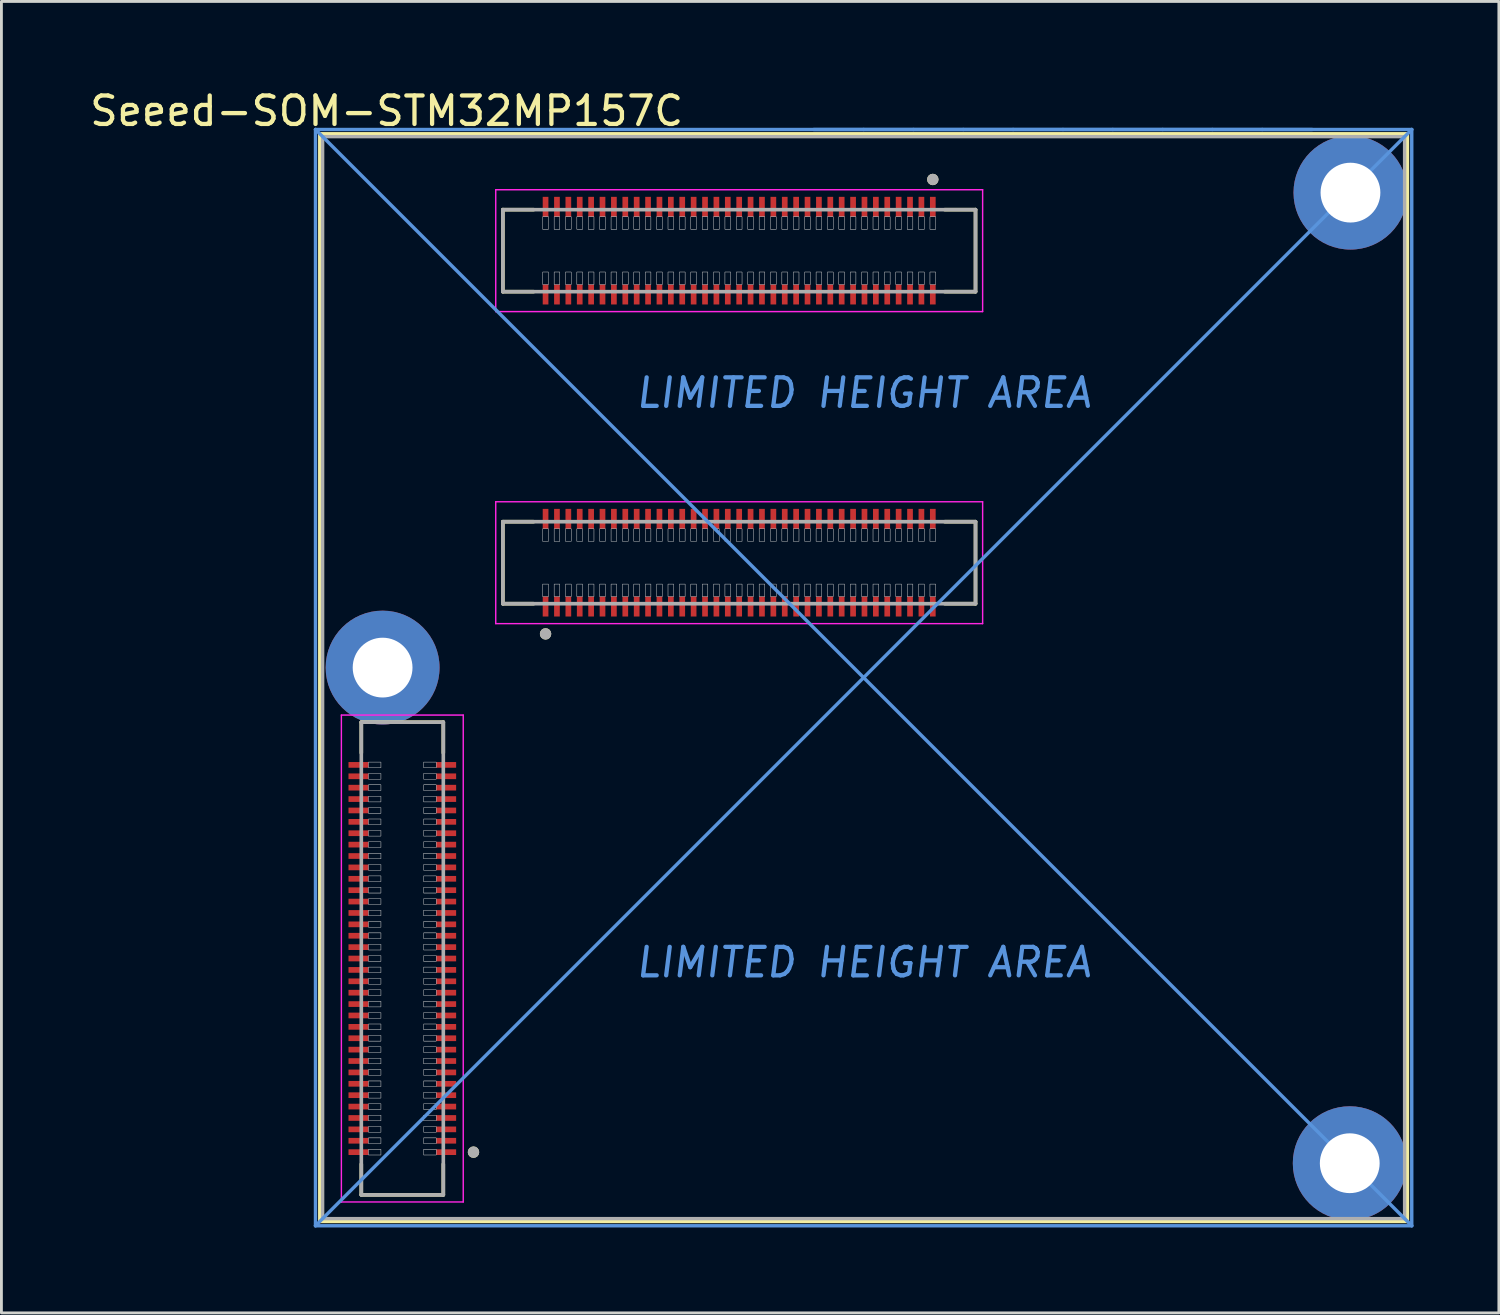
<source format=kicad_pcb>
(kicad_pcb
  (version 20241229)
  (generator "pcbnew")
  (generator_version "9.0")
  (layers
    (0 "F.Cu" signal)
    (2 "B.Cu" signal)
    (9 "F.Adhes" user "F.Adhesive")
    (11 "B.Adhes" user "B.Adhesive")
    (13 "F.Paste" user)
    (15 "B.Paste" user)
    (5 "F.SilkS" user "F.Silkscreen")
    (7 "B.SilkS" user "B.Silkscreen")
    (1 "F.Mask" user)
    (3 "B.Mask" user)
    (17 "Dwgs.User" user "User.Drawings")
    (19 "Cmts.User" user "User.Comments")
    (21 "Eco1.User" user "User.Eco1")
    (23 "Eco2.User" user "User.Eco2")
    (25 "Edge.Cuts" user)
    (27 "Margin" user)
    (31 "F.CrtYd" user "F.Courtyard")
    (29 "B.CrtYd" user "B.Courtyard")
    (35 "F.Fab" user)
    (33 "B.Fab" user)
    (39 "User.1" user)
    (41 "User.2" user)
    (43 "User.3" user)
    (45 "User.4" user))
  (footprint "Seeed-SOM-STM32MP157C"
    (layer "F.Cu")
    (at 27.28 20.748)
    (property "Reference" "Seeed-SOM-STM32MP157C" (at -16.75 -19.9 0) (layer "F.SilkS") (effects (font (size 1 1) (thickness 0.15))))
    (attr through_hole)
    (fp_line (start -19.1 -19.1) (end 19.1 -19.1) (stroke (width 0.12) (type solid)) (layer "F.SilkS"))
    (fp_line (start -19.1 19.1) (end -19.1 -19.1) (stroke (width 0.12) (type solid)) (layer "F.SilkS"))
    (fp_line (start -17.641 1.565) (end -17.641 2.645) (stroke (width 0.127) (type solid)) (layer "F.SilkS"))
    (fp_line (start -17.641 17.085) (end -17.641 18.165) (stroke (width 0.127) (type solid)) (layer "F.SilkS"))
    (fp_line (start -17.641 18.165) (end -14.761 18.165) (stroke (width 0.127) (type solid)) (layer "F.SilkS"))
    (fp_line (start -14.761 1.565) (end -17.641 1.565) (stroke (width 0.127) (type solid)) (layer "F.SilkS"))
    (fp_line (start -14.761 2.645) (end -14.761 1.565) (stroke (width 0.127) (type solid)) (layer "F.SilkS"))
    (fp_line (start -14.761 18.165) (end -14.761 17.085) (stroke (width 0.127) (type solid)) (layer "F.SilkS"))
    (fp_line (start -12.67 -16.435) (end -12.67 -13.555) (stroke (width 0.127) (type solid)) (layer "F.SilkS"))
    (fp_line (start -12.67 -13.555) (end -11.59 -13.555) (stroke (width 0.127) (type solid)) (layer "F.SilkS"))
    (fp_line (start -12.67 -5.476) (end -12.67 -2.596) (stroke (width 0.127) (type solid)) (layer "F.SilkS"))
    (fp_line (start -12.67 -2.596) (end -11.59 -2.596) (stroke (width 0.127) (type solid)) (layer "F.SilkS"))
    (fp_line (start -11.59 -16.435) (end -12.67 -16.435) (stroke (width 0.127) (type solid)) (layer "F.SilkS"))
    (fp_line (start -11.59 -5.476) (end -12.67 -5.476) (stroke (width 0.127) (type solid)) (layer "F.SilkS"))
    (fp_line (start 2.85 -13.555) (end 3.93 -13.555) (stroke (width 0.127) (type solid)) (layer "F.SilkS"))
    (fp_line (start 2.85 -2.596) (end 3.93 -2.596) (stroke (width 0.127) (type solid)) (layer "F.SilkS"))
    (fp_line (start 3.93 -16.435) (end 2.85 -16.435) (stroke (width 0.127) (type solid)) (layer "F.SilkS"))
    (fp_line (start 3.93 -13.555) (end 3.93 -16.435) (stroke (width 0.127) (type solid)) (layer "F.SilkS"))
    (fp_line (start 3.93 -5.476) (end 2.85 -5.476) (stroke (width 0.127) (type solid)) (layer "F.SilkS"))
    (fp_line (start 3.93 -2.596) (end 3.93 -5.476) (stroke (width 0.127) (type solid)) (layer "F.SilkS"))
    (fp_line (start 19.1 -19.1) (end 19.1 19.1) (stroke (width 0.12) (type solid)) (layer "F.SilkS"))
    (fp_line (start 19.1 19.1) (end -19.1 19.1) (stroke (width 0.12) (type solid)) (layer "F.SilkS"))
    (fp_circle (center -13.701 16.665) (end -13.701 16.565) (stroke (width 0.2) (type solid)) (fill no) (layer "F.SilkS"))
    (fp_circle (center -11.17 -1.536) (end -11.07 -1.536) (stroke (width 0.2) (type solid)) (fill no) (layer "F.SilkS"))
    (fp_circle (center 2.43 -17.495) (end 2.33 -17.495) (stroke (width 0.2) (type solid)) (fill no) (layer "F.SilkS"))
    (fp_poly (pts (xy -18.021 3.145) (xy -18.021 2.985) (xy -17.461 2.985) (xy -17.461 3.145)) (stroke (width 0.01) (type solid)) (fill yes) (layer "F.Paste"))
    (fp_poly (pts (xy -18.021 3.545) (xy -18.021 3.385) (xy -17.461 3.385) (xy -17.461 3.545)) (stroke (width 0.01) (type solid)) (fill yes) (layer "F.Paste"))
    (fp_poly (pts (xy -18.021 3.945) (xy -18.021 3.785) (xy -17.461 3.785) (xy -17.461 3.945)) (stroke (width 0.01) (type solid)) (fill yes) (layer "F.Paste"))
    (fp_poly (pts (xy -18.021 4.345) (xy -18.021 4.185) (xy -17.461 4.185) (xy -17.461 4.345)) (stroke (width 0.01) (type solid)) (fill yes) (layer "F.Paste"))
    (fp_poly (pts (xy -18.021 4.745) (xy -18.021 4.585) (xy -17.461 4.585) (xy -17.461 4.745)) (stroke (width 0.01) (type solid)) (fill yes) (layer "F.Paste"))
    (fp_poly (pts (xy -18.021 5.145) (xy -18.021 4.985) (xy -17.461 4.985) (xy -17.461 5.145)) (stroke (width 0.01) (type solid)) (fill yes) (layer "F.Paste"))
    (fp_poly (pts (xy -18.021 5.545) (xy -18.021 5.385) (xy -17.461 5.385) (xy -17.461 5.545)) (stroke (width 0.01) (type solid)) (fill yes) (layer "F.Paste"))
    (fp_poly (pts (xy -18.021 5.945) (xy -18.021 5.785) (xy -17.461 5.785) (xy -17.461 5.945)) (stroke (width 0.01) (type solid)) (fill yes) (layer "F.Paste"))
    (fp_poly (pts (xy -18.021 6.345) (xy -18.021 6.185) (xy -17.461 6.185) (xy -17.461 6.345)) (stroke (width 0.01) (type solid)) (fill yes) (layer "F.Paste"))
    (fp_poly (pts (xy -18.021 6.745) (xy -18.021 6.585) (xy -17.461 6.585) (xy -17.461 6.745)) (stroke (width 0.01) (type solid)) (fill yes) (layer "F.Paste"))
    (fp_poly (pts (xy -18.021 7.145) (xy -18.021 6.985) (xy -17.461 6.985) (xy -17.461 7.145)) (stroke (width 0.01) (type solid)) (fill yes) (layer "F.Paste"))
    (fp_poly (pts (xy -18.021 7.545) (xy -18.021 7.385) (xy -17.461 7.385) (xy -17.461 7.545)) (stroke (width 0.01) (type solid)) (fill yes) (layer "F.Paste"))
    (fp_poly (pts (xy -18.021 7.945) (xy -18.021 7.785) (xy -17.461 7.785) (xy -17.461 7.945)) (stroke (width 0.01) (type solid)) (fill yes) (layer "F.Paste"))
    (fp_poly (pts (xy -18.021 8.345) (xy -18.021 8.185) (xy -17.461 8.185) (xy -17.461 8.345)) (stroke (width 0.01) (type solid)) (fill yes) (layer "F.Paste"))
    (fp_poly (pts (xy -18.021 8.745) (xy -18.021 8.585) (xy -17.461 8.585) (xy -17.461 8.745)) (stroke (width 0.01) (type solid)) (fill yes) (layer "F.Paste"))
    (fp_poly (pts (xy -18.021 9.145) (xy -18.021 8.985) (xy -17.461 8.985) (xy -17.461 9.145)) (stroke (width 0.01) (type solid)) (fill yes) (layer "F.Paste"))
    (fp_poly (pts (xy -18.021 9.545) (xy -18.021 9.385) (xy -17.461 9.385) (xy -17.461 9.545)) (stroke (width 0.01) (type solid)) (fill yes) (layer "F.Paste"))
    (fp_poly (pts (xy -18.021 9.945) (xy -18.021 9.785) (xy -17.461 9.785) (xy -17.461 9.945)) (stroke (width 0.01) (type solid)) (fill yes) (layer "F.Paste"))
    (fp_poly (pts (xy -18.021 10.345) (xy -18.021 10.185) (xy -17.461 10.185) (xy -17.461 10.345)) (stroke (width 0.01) (type solid)) (fill yes) (layer "F.Paste"))
    (fp_poly (pts (xy -18.021 10.745) (xy -18.021 10.585) (xy -17.461 10.585) (xy -17.461 10.745)) (stroke (width 0.01) (type solid)) (fill yes) (layer "F.Paste"))
    (fp_poly (pts (xy -18.021 11.145) (xy -18.021 10.985) (xy -17.461 10.985) (xy -17.461 11.145)) (stroke (width 0.01) (type solid)) (fill yes) (layer "F.Paste"))
    (fp_poly (pts (xy -18.021 11.545) (xy -18.021 11.385) (xy -17.461 11.385) (xy -17.461 11.545)) (stroke (width 0.01) (type solid)) (fill yes) (layer "F.Paste"))
    (fp_poly (pts (xy -18.021 11.945) (xy -18.021 11.785) (xy -17.461 11.785) (xy -17.461 11.945)) (stroke (width 0.01) (type solid)) (fill yes) (layer "F.Paste"))
    (fp_poly (pts (xy -18.021 12.345) (xy -18.021 12.185) (xy -17.461 12.185) (xy -17.461 12.345)) (stroke (width 0.01) (type solid)) (fill yes) (layer "F.Paste"))
    (fp_poly (pts (xy -18.021 12.745) (xy -18.021 12.585) (xy -17.461 12.585) (xy -17.461 12.745)) (stroke (width 0.01) (type solid)) (fill yes) (layer "F.Paste"))
    (fp_poly (pts (xy -18.021 13.145) (xy -18.021 12.985) (xy -17.461 12.985) (xy -17.461 13.145)) (stroke (width 0.01) (type solid)) (fill yes) (layer "F.Paste"))
    (fp_poly (pts (xy -18.021 13.545) (xy -18.021 13.385) (xy -17.461 13.385) (xy -17.461 13.545)) (stroke (width 0.01) (type solid)) (fill yes) (layer "F.Paste"))
    (fp_poly (pts (xy -18.021 13.945) (xy -18.021 13.785) (xy -17.461 13.785) (xy -17.461 13.945)) (stroke (width 0.01) (type solid)) (fill yes) (layer "F.Paste"))
    (fp_poly (pts (xy -18.021 14.345) (xy -18.021 14.185) (xy -17.461 14.185) (xy -17.461 14.345)) (stroke (width 0.01) (type solid)) (fill yes) (layer "F.Paste"))
    (fp_poly (pts (xy -18.021 14.745) (xy -18.021 14.585) (xy -17.461 14.585) (xy -17.461 14.745)) (stroke (width 0.01) (type solid)) (fill yes) (layer "F.Paste"))
    (fp_poly (pts (xy -18.021 15.145) (xy -18.021 14.985) (xy -17.461 14.985) (xy -17.461 15.145)) (stroke (width 0.01) (type solid)) (fill yes) (layer "F.Paste"))
    (fp_poly (pts (xy -18.021 15.545) (xy -18.021 15.385) (xy -17.461 15.385) (xy -17.461 15.545)) (stroke (width 0.01) (type solid)) (fill yes) (layer "F.Paste"))
    (fp_poly (pts (xy -18.021 15.945) (xy -18.021 15.785) (xy -17.461 15.785) (xy -17.461 15.945)) (stroke (width 0.01) (type solid)) (fill yes) (layer "F.Paste"))
    (fp_poly (pts (xy -18.021 16.345) (xy -18.021 16.185) (xy -17.461 16.185) (xy -17.461 16.345)) (stroke (width 0.01) (type solid)) (fill yes) (layer "F.Paste"))
    (fp_poly (pts (xy -18.021 16.745) (xy -18.021 16.585) (xy -17.461 16.585) (xy -17.461 16.745)) (stroke (width 0.01) (type solid)) (fill yes) (layer "F.Paste"))
    (fp_poly (pts (xy -14.941 3.145) (xy -14.941 2.985) (xy -14.381 2.985) (xy -14.381 3.145)) (stroke (width 0.01) (type solid)) (fill yes) (layer "F.Paste"))
    (fp_poly (pts (xy -14.941 3.545) (xy -14.941 3.385) (xy -14.381 3.385) (xy -14.381 3.545)) (stroke (width 0.01) (type solid)) (fill yes) (layer "F.Paste"))
    (fp_poly (pts (xy -14.941 3.945) (xy -14.941 3.785) (xy -14.381 3.785) (xy -14.381 3.945)) (stroke (width 0.01) (type solid)) (fill yes) (layer "F.Paste"))
    (fp_poly (pts (xy -14.941 4.345) (xy -14.941 4.185) (xy -14.381 4.185) (xy -14.381 4.345)) (stroke (width 0.01) (type solid)) (fill yes) (layer "F.Paste"))
    (fp_poly (pts (xy -14.941 4.745) (xy -14.941 4.585) (xy -14.381 4.585) (xy -14.381 4.745)) (stroke (width 0.01) (type solid)) (fill yes) (layer "F.Paste"))
    (fp_poly (pts (xy -14.941 5.145) (xy -14.941 4.985) (xy -14.381 4.985) (xy -14.381 5.145)) (stroke (width 0.01) (type solid)) (fill yes) (layer "F.Paste"))
    (fp_poly (pts (xy -14.941 5.545) (xy -14.941 5.385) (xy -14.381 5.385) (xy -14.381 5.545)) (stroke (width 0.01) (type solid)) (fill yes) (layer "F.Paste"))
    (fp_poly (pts (xy -14.941 5.945) (xy -14.941 5.785) (xy -14.381 5.785) (xy -14.381 5.945)) (stroke (width 0.01) (type solid)) (fill yes) (layer "F.Paste"))
    (fp_poly (pts (xy -14.941 6.345) (xy -14.941 6.185) (xy -14.381 6.185) (xy -14.381 6.345)) (stroke (width 0.01) (type solid)) (fill yes) (layer "F.Paste"))
    (fp_poly (pts (xy -14.941 6.745) (xy -14.941 6.585) (xy -14.381 6.585) (xy -14.381 6.745)) (stroke (width 0.01) (type solid)) (fill yes) (layer "F.Paste"))
    (fp_poly (pts (xy -14.941 7.145) (xy -14.941 6.985) (xy -14.381 6.985) (xy -14.381 7.145)) (stroke (width 0.01) (type solid)) (fill yes) (layer "F.Paste"))
    (fp_poly (pts (xy -14.941 7.545) (xy -14.941 7.385) (xy -14.381 7.385) (xy -14.381 7.545)) (stroke (width 0.01) (type solid)) (fill yes) (layer "F.Paste"))
    (fp_poly (pts (xy -14.941 7.945) (xy -14.941 7.785) (xy -14.381 7.785) (xy -14.381 7.945)) (stroke (width 0.01) (type solid)) (fill yes) (layer "F.Paste"))
    (fp_poly (pts (xy -14.941 8.345) (xy -14.941 8.185) (xy -14.381 8.185) (xy -14.381 8.345)) (stroke (width 0.01) (type solid)) (fill yes) (layer "F.Paste"))
    (fp_poly (pts (xy -14.941 8.745) (xy -14.941 8.585) (xy -14.381 8.585) (xy -14.381 8.745)) (stroke (width 0.01) (type solid)) (fill yes) (layer "F.Paste"))
    (fp_poly (pts (xy -14.941 9.145) (xy -14.941 8.985) (xy -14.381 8.985) (xy -14.381 9.145)) (stroke (width 0.01) (type solid)) (fill yes) (layer "F.Paste"))
    (fp_poly (pts (xy -14.941 9.545) (xy -14.941 9.385) (xy -14.381 9.385) (xy -14.381 9.545)) (stroke (width 0.01) (type solid)) (fill yes) (layer "F.Paste"))
    (fp_poly (pts (xy -14.941 9.945) (xy -14.941 9.785) (xy -14.381 9.785) (xy -14.381 9.945)) (stroke (width 0.01) (type solid)) (fill yes) (layer "F.Paste"))
    (fp_poly (pts (xy -14.941 10.345) (xy -14.941 10.185) (xy -14.381 10.185) (xy -14.381 10.345)) (stroke (width 0.01) (type solid)) (fill yes) (layer "F.Paste"))
    (fp_poly (pts (xy -14.941 10.745) (xy -14.941 10.585) (xy -14.381 10.585) (xy -14.381 10.745)) (stroke (width 0.01) (type solid)) (fill yes) (layer "F.Paste"))
    (fp_poly (pts (xy -14.941 11.145) (xy -14.941 10.985) (xy -14.381 10.985) (xy -14.381 11.145)) (stroke (width 0.01) (type solid)) (fill yes) (layer "F.Paste"))
    (fp_poly (pts (xy -14.941 11.545) (xy -14.941 11.385) (xy -14.381 11.385) (xy -14.381 11.545)) (stroke (width 0.01) (type solid)) (fill yes) (layer "F.Paste"))
    (fp_poly (pts (xy -14.941 11.945) (xy -14.941 11.785) (xy -14.381 11.785) (xy -14.381 11.945)) (stroke (width 0.01) (type solid)) (fill yes) (layer "F.Paste"))
    (fp_poly (pts (xy -14.941 12.345) (xy -14.941 12.185) (xy -14.381 12.185) (xy -14.381 12.345)) (stroke (width 0.01) (type solid)) (fill yes) (layer "F.Paste"))
    (fp_poly (pts (xy -14.941 12.745) (xy -14.941 12.585) (xy -14.381 12.585) (xy -14.381 12.745)) (stroke (width 0.01) (type solid)) (fill yes) (layer "F.Paste"))
    (fp_poly (pts (xy -14.941 13.145) (xy -14.941 12.985) (xy -14.381 12.985) (xy -14.381 13.145)) (stroke (width 0.01) (type solid)) (fill yes) (layer "F.Paste"))
    (fp_poly (pts (xy -14.941 13.545) (xy -14.941 13.385) (xy -14.381 13.385) (xy -14.381 13.545)) (stroke (width 0.01) (type solid)) (fill yes) (layer "F.Paste"))
    (fp_poly (pts (xy -14.941 13.945) (xy -14.941 13.785) (xy -14.381 13.785) (xy -14.381 13.945)) (stroke (width 0.01) (type solid)) (fill yes) (layer "F.Paste"))
    (fp_poly (pts (xy -14.941 14.345) (xy -14.941 14.185) (xy -14.381 14.185) (xy -14.381 14.345)) (stroke (width 0.01) (type solid)) (fill yes) (layer "F.Paste"))
    (fp_poly (pts (xy -14.941 14.745) (xy -14.941 14.585) (xy -14.381 14.585) (xy -14.381 14.745)) (stroke (width 0.01) (type solid)) (fill yes) (layer "F.Paste"))
    (fp_poly (pts (xy -14.941 15.145) (xy -14.941 14.985) (xy -14.381 14.985) (xy -14.381 15.145)) (stroke (width 0.01) (type solid)) (fill yes) (layer "F.Paste"))
    (fp_poly (pts (xy -14.941 15.545) (xy -14.941 15.385) (xy -14.381 15.385) (xy -14.381 15.545)) (stroke (width 0.01) (type solid)) (fill yes) (layer "F.Paste"))
    (fp_poly (pts (xy -14.941 15.945) (xy -14.941 15.785) (xy -14.381 15.785) (xy -14.381 15.945)) (stroke (width 0.01) (type solid)) (fill yes) (layer "F.Paste"))
    (fp_poly (pts (xy -14.941 16.345) (xy -14.941 16.185) (xy -14.381 16.185) (xy -14.381 16.345)) (stroke (width 0.01) (type solid)) (fill yes) (layer "F.Paste"))
    (fp_poly (pts (xy -14.941 16.745) (xy -14.941 16.585) (xy -14.381 16.585) (xy -14.381 16.745)) (stroke (width 0.01) (type solid)) (fill yes) (layer "F.Paste"))
    (fp_poly (pts (xy -11.25 -5.856) (xy -11.09 -5.856) (xy -11.09 -5.296) (xy -11.25 -5.296)) (stroke (width 0.01) (type solid)) (fill yes) (layer "F.Paste"))
    (fp_poly (pts (xy -11.25 -2.776) (xy -11.09 -2.776) (xy -11.09 -2.216) (xy -11.25 -2.216)) (stroke (width 0.01) (type solid)) (fill yes) (layer "F.Paste"))
    (fp_poly (pts (xy -11.09 -16.255) (xy -11.25 -16.255) (xy -11.25 -16.815) (xy -11.09 -16.815)) (stroke (width 0.01) (type solid)) (fill yes) (layer "F.Paste"))
    (fp_poly (pts (xy -11.09 -13.175) (xy -11.25 -13.175) (xy -11.25 -13.735) (xy -11.09 -13.735)) (stroke (width 0.01) (type solid)) (fill yes) (layer "F.Paste"))
    (fp_poly (pts (xy -10.85 -5.856) (xy -10.69 -5.856) (xy -10.69 -5.296) (xy -10.85 -5.296)) (stroke (width 0.01) (type solid)) (fill yes) (layer "F.Paste"))
    (fp_poly (pts (xy -10.85 -2.776) (xy -10.69 -2.776) (xy -10.69 -2.216) (xy -10.85 -2.216)) (stroke (width 0.01) (type solid)) (fill yes) (layer "F.Paste"))
    (fp_poly (pts (xy -10.69 -16.255) (xy -10.85 -16.255) (xy -10.85 -16.815) (xy -10.69 -16.815)) (stroke (width 0.01) (type solid)) (fill yes) (layer "F.Paste"))
    (fp_poly (pts (xy -10.69 -13.175) (xy -10.85 -13.175) (xy -10.85 -13.735) (xy -10.69 -13.735)) (stroke (width 0.01) (type solid)) (fill yes) (layer "F.Paste"))
    (fp_poly (pts (xy -10.45 -5.856) (xy -10.29 -5.856) (xy -10.29 -5.296) (xy -10.45 -5.296)) (stroke (width 0.01) (type solid)) (fill yes) (layer "F.Paste"))
    (fp_poly (pts (xy -10.45 -2.776) (xy -10.29 -2.776) (xy -10.29 -2.216) (xy -10.45 -2.216)) (stroke (width 0.01) (type solid)) (fill yes) (layer "F.Paste"))
    (fp_poly (pts (xy -10.29 -16.255) (xy -10.45 -16.255) (xy -10.45 -16.815) (xy -10.29 -16.815)) (stroke (width 0.01) (type solid)) (fill yes) (layer "F.Paste"))
    (fp_poly (pts (xy -10.29 -13.175) (xy -10.45 -13.175) (xy -10.45 -13.735) (xy -10.29 -13.735)) (stroke (width 0.01) (type solid)) (fill yes) (layer "F.Paste"))
    (fp_poly (pts (xy -10.05 -5.856) (xy -9.89 -5.856) (xy -9.89 -5.296) (xy -10.05 -5.296)) (stroke (width 0.01) (type solid)) (fill yes) (layer "F.Paste"))
    (fp_poly (pts (xy -10.05 -2.776) (xy -9.89 -2.776) (xy -9.89 -2.216) (xy -10.05 -2.216)) (stroke (width 0.01) (type solid)) (fill yes) (layer "F.Paste"))
    (fp_poly (pts (xy -9.89 -16.255) (xy -10.05 -16.255) (xy -10.05 -16.815) (xy -9.89 -16.815)) (stroke (width 0.01) (type solid)) (fill yes) (layer "F.Paste"))
    (fp_poly (pts (xy -9.89 -13.175) (xy -10.05 -13.175) (xy -10.05 -13.735) (xy -9.89 -13.735)) (stroke (width 0.01) (type solid)) (fill yes) (layer "F.Paste"))
    (fp_poly (pts (xy -9.65 -5.856) (xy -9.49 -5.856) (xy -9.49 -5.296) (xy -9.65 -5.296)) (stroke (width 0.01) (type solid)) (fill yes) (layer "F.Paste"))
    (fp_poly (pts (xy -9.65 -2.776) (xy -9.49 -2.776) (xy -9.49 -2.216) (xy -9.65 -2.216)) (stroke (width 0.01) (type solid)) (fill yes) (layer "F.Paste"))
    (fp_poly (pts (xy -9.49 -16.255) (xy -9.65 -16.255) (xy -9.65 -16.815) (xy -9.49 -16.815)) (stroke (width 0.01) (type solid)) (fill yes) (layer "F.Paste"))
    (fp_poly (pts (xy -9.49 -13.175) (xy -9.65 -13.175) (xy -9.65 -13.735) (xy -9.49 -13.735)) (stroke (width 0.01) (type solid)) (fill yes) (layer "F.Paste"))
    (fp_poly (pts (xy -9.25 -5.856) (xy -9.09 -5.856) (xy -9.09 -5.296) (xy -9.25 -5.296)) (stroke (width 0.01) (type solid)) (fill yes) (layer "F.Paste"))
    (fp_poly (pts (xy -9.25 -2.776) (xy -9.09 -2.776) (xy -9.09 -2.216) (xy -9.25 -2.216)) (stroke (width 0.01) (type solid)) (fill yes) (layer "F.Paste"))
    (fp_poly (pts (xy -9.09 -16.255) (xy -9.25 -16.255) (xy -9.25 -16.815) (xy -9.09 -16.815)) (stroke (width 0.01) (type solid)) (fill yes) (layer "F.Paste"))
    (fp_poly (pts (xy -9.09 -13.175) (xy -9.25 -13.175) (xy -9.25 -13.735) (xy -9.09 -13.735)) (stroke (width 0.01) (type solid)) (fill yes) (layer "F.Paste"))
    (fp_poly (pts (xy -8.85 -5.856) (xy -8.69 -5.856) (xy -8.69 -5.296) (xy -8.85 -5.296)) (stroke (width 0.01) (type solid)) (fill yes) (layer "F.Paste"))
    (fp_poly (pts (xy -8.85 -2.776) (xy -8.69 -2.776) (xy -8.69 -2.216) (xy -8.85 -2.216)) (stroke (width 0.01) (type solid)) (fill yes) (layer "F.Paste"))
    (fp_poly (pts (xy -8.69 -16.255) (xy -8.85 -16.255) (xy -8.85 -16.815) (xy -8.69 -16.815)) (stroke (width 0.01) (type solid)) (fill yes) (layer "F.Paste"))
    (fp_poly (pts (xy -8.69 -13.175) (xy -8.85 -13.175) (xy -8.85 -13.735) (xy -8.69 -13.735)) (stroke (width 0.01) (type solid)) (fill yes) (layer "F.Paste"))
    (fp_poly (pts (xy -8.45 -5.856) (xy -8.29 -5.856) (xy -8.29 -5.296) (xy -8.45 -5.296)) (stroke (width 0.01) (type solid)) (fill yes) (layer "F.Paste"))
    (fp_poly (pts (xy -8.45 -2.776) (xy -8.29 -2.776) (xy -8.29 -2.216) (xy -8.45 -2.216)) (stroke (width 0.01) (type solid)) (fill yes) (layer "F.Paste"))
    (fp_poly (pts (xy -8.29 -16.255) (xy -8.45 -16.255) (xy -8.45 -16.815) (xy -8.29 -16.815)) (stroke (width 0.01) (type solid)) (fill yes) (layer "F.Paste"))
    (fp_poly (pts (xy -8.29 -13.175) (xy -8.45 -13.175) (xy -8.45 -13.735) (xy -8.29 -13.735)) (stroke (width 0.01) (type solid)) (fill yes) (layer "F.Paste"))
    (fp_poly (pts (xy -8.05 -5.856) (xy -7.89 -5.856) (xy -7.89 -5.296) (xy -8.05 -5.296)) (stroke (width 0.01) (type solid)) (fill yes) (layer "F.Paste"))
    (fp_poly (pts (xy -8.05 -2.776) (xy -7.89 -2.776) (xy -7.89 -2.216) (xy -8.05 -2.216)) (stroke (width 0.01) (type solid)) (fill yes) (layer "F.Paste"))
    (fp_poly (pts (xy -7.89 -16.255) (xy -8.05 -16.255) (xy -8.05 -16.815) (xy -7.89 -16.815)) (stroke (width 0.01) (type solid)) (fill yes) (layer "F.Paste"))
    (fp_poly (pts (xy -7.89 -13.175) (xy -8.05 -13.175) (xy -8.05 -13.735) (xy -7.89 -13.735)) (stroke (width 0.01) (type solid)) (fill yes) (layer "F.Paste"))
    (fp_poly (pts (xy -7.65 -5.856) (xy -7.49 -5.856) (xy -7.49 -5.296) (xy -7.65 -5.296)) (stroke (width 0.01) (type solid)) (fill yes) (layer "F.Paste"))
    (fp_poly (pts (xy -7.65 -2.776) (xy -7.49 -2.776) (xy -7.49 -2.216) (xy -7.65 -2.216)) (stroke (width 0.01) (type solid)) (fill yes) (layer "F.Paste"))
    (fp_poly (pts (xy -7.49 -16.255) (xy -7.65 -16.255) (xy -7.65 -16.815) (xy -7.49 -16.815)) (stroke (width 0.01) (type solid)) (fill yes) (layer "F.Paste"))
    (fp_poly (pts (xy -7.49 -13.175) (xy -7.65 -13.175) (xy -7.65 -13.735) (xy -7.49 -13.735)) (stroke (width 0.01) (type solid)) (fill yes) (layer "F.Paste"))
    (fp_poly (pts (xy -7.25 -5.856) (xy -7.09 -5.856) (xy -7.09 -5.296) (xy -7.25 -5.296)) (stroke (width 0.01) (type solid)) (fill yes) (layer "F.Paste"))
    (fp_poly (pts (xy -7.25 -2.776) (xy -7.09 -2.776) (xy -7.09 -2.216) (xy -7.25 -2.216)) (stroke (width 0.01) (type solid)) (fill yes) (layer "F.Paste"))
    (fp_poly (pts (xy -7.09 -16.255) (xy -7.25 -16.255) (xy -7.25 -16.815) (xy -7.09 -16.815)) (stroke (width 0.01) (type solid)) (fill yes) (layer "F.Paste"))
    (fp_poly (pts (xy -7.09 -13.175) (xy -7.25 -13.175) (xy -7.25 -13.735) (xy -7.09 -13.735)) (stroke (width 0.01) (type solid)) (fill yes) (layer "F.Paste"))
    (fp_poly (pts (xy -6.85 -5.856) (xy -6.69 -5.856) (xy -6.69 -5.296) (xy -6.85 -5.296)) (stroke (width 0.01) (type solid)) (fill yes) (layer "F.Paste"))
    (fp_poly (pts (xy -6.85 -2.776) (xy -6.69 -2.776) (xy -6.69 -2.216) (xy -6.85 -2.216)) (stroke (width 0.01) (type solid)) (fill yes) (layer "F.Paste"))
    (fp_poly (pts (xy -6.69 -16.255) (xy -6.85 -16.255) (xy -6.85 -16.815) (xy -6.69 -16.815)) (stroke (width 0.01) (type solid)) (fill yes) (layer "F.Paste"))
    (fp_poly (pts (xy -6.69 -13.175) (xy -6.85 -13.175) (xy -6.85 -13.735) (xy -6.69 -13.735)) (stroke (width 0.01) (type solid)) (fill yes) (layer "F.Paste"))
    (fp_poly (pts (xy -6.45 -5.856) (xy -6.29 -5.856) (xy -6.29 -5.296) (xy -6.45 -5.296)) (stroke (width 0.01) (type solid)) (fill yes) (layer "F.Paste"))
    (fp_poly (pts (xy -6.45 -2.776) (xy -6.29 -2.776) (xy -6.29 -2.216) (xy -6.45 -2.216)) (stroke (width 0.01) (type solid)) (fill yes) (layer "F.Paste"))
    (fp_poly (pts (xy -6.29 -16.255) (xy -6.45 -16.255) (xy -6.45 -16.815) (xy -6.29 -16.815)) (stroke (width 0.01) (type solid)) (fill yes) (layer "F.Paste"))
    (fp_poly (pts (xy -6.29 -13.175) (xy -6.45 -13.175) (xy -6.45 -13.735) (xy -6.29 -13.735)) (stroke (width 0.01) (type solid)) (fill yes) (layer "F.Paste"))
    (fp_poly (pts (xy -6.05 -5.856) (xy -5.89 -5.856) (xy -5.89 -5.296) (xy -6.05 -5.296)) (stroke (width 0.01) (type solid)) (fill yes) (layer "F.Paste"))
    (fp_poly (pts (xy -6.05 -2.776) (xy -5.89 -2.776) (xy -5.89 -2.216) (xy -6.05 -2.216)) (stroke (width 0.01) (type solid)) (fill yes) (layer "F.Paste"))
    (fp_poly (pts (xy -5.89 -16.255) (xy -6.05 -16.255) (xy -6.05 -16.815) (xy -5.89 -16.815)) (stroke (width 0.01) (type solid)) (fill yes) (layer "F.Paste"))
    (fp_poly (pts (xy -5.89 -13.175) (xy -6.05 -13.175) (xy -6.05 -13.735) (xy -5.89 -13.735)) (stroke (width 0.01) (type solid)) (fill yes) (layer "F.Paste"))
    (fp_poly (pts (xy -5.65 -5.856) (xy -5.49 -5.856) (xy -5.49 -5.296) (xy -5.65 -5.296)) (stroke (width 0.01) (type solid)) (fill yes) (layer "F.Paste"))
    (fp_poly (pts (xy -5.65 -2.776) (xy -5.49 -2.776) (xy -5.49 -2.216) (xy -5.65 -2.216)) (stroke (width 0.01) (type solid)) (fill yes) (layer "F.Paste"))
    (fp_poly (pts (xy -5.49 -16.255) (xy -5.65 -16.255) (xy -5.65 -16.815) (xy -5.49 -16.815)) (stroke (width 0.01) (type solid)) (fill yes) (layer "F.Paste"))
    (fp_poly (pts (xy -5.49 -13.175) (xy -5.65 -13.175) (xy -5.65 -13.735) (xy -5.49 -13.735)) (stroke (width 0.01) (type solid)) (fill yes) (layer "F.Paste"))
    (fp_poly (pts (xy -5.25 -5.856) (xy -5.09 -5.856) (xy -5.09 -5.296) (xy -5.25 -5.296)) (stroke (width 0.01) (type solid)) (fill yes) (layer "F.Paste"))
    (fp_poly (pts (xy -5.25 -2.776) (xy -5.09 -2.776) (xy -5.09 -2.216) (xy -5.25 -2.216)) (stroke (width 0.01) (type solid)) (fill yes) (layer "F.Paste"))
    (fp_poly (pts (xy -5.09 -16.255) (xy -5.25 -16.255) (xy -5.25 -16.815) (xy -5.09 -16.815)) (stroke (width 0.01) (type solid)) (fill yes) (layer "F.Paste"))
    (fp_poly (pts (xy -5.09 -13.175) (xy -5.25 -13.175) (xy -5.25 -13.735) (xy -5.09 -13.735)) (stroke (width 0.01) (type solid)) (fill yes) (layer "F.Paste"))
    (fp_poly (pts (xy -4.85 -5.856) (xy -4.69 -5.856) (xy -4.69 -5.296) (xy -4.85 -5.296)) (stroke (width 0.01) (type solid)) (fill yes) (layer "F.Paste"))
    (fp_poly (pts (xy -4.85 -2.776) (xy -4.69 -2.776) (xy -4.69 -2.216) (xy -4.85 -2.216)) (stroke (width 0.01) (type solid)) (fill yes) (layer "F.Paste"))
    (fp_poly (pts (xy -4.69 -16.255) (xy -4.85 -16.255) (xy -4.85 -16.815) (xy -4.69 -16.815)) (stroke (width 0.01) (type solid)) (fill yes) (layer "F.Paste"))
    (fp_poly (pts (xy -4.69 -13.175) (xy -4.85 -13.175) (xy -4.85 -13.735) (xy -4.69 -13.735)) (stroke (width 0.01) (type solid)) (fill yes) (layer "F.Paste"))
    (fp_poly (pts (xy -4.45 -5.856) (xy -4.29 -5.856) (xy -4.29 -5.296) (xy -4.45 -5.296)) (stroke (width 0.01) (type solid)) (fill yes) (layer "F.Paste"))
    (fp_poly (pts (xy -4.45 -2.776) (xy -4.29 -2.776) (xy -4.29 -2.216) (xy -4.45 -2.216)) (stroke (width 0.01) (type solid)) (fill yes) (layer "F.Paste"))
    (fp_poly (pts (xy -4.29 -16.255) (xy -4.45 -16.255) (xy -4.45 -16.815) (xy -4.29 -16.815)) (stroke (width 0.01) (type solid)) (fill yes) (layer "F.Paste"))
    (fp_poly (pts (xy -4.29 -13.175) (xy -4.45 -13.175) (xy -4.45 -13.735) (xy -4.29 -13.735)) (stroke (width 0.01) (type solid)) (fill yes) (layer "F.Paste"))
    (fp_poly (pts (xy -4.05 -5.856) (xy -3.89 -5.856) (xy -3.89 -5.296) (xy -4.05 -5.296)) (stroke (width 0.01) (type solid)) (fill yes) (layer "F.Paste"))
    (fp_poly (pts (xy -4.05 -2.776) (xy -3.89 -2.776) (xy -3.89 -2.216) (xy -4.05 -2.216)) (stroke (width 0.01) (type solid)) (fill yes) (layer "F.Paste"))
    (fp_poly (pts (xy -3.89 -16.255) (xy -4.05 -16.255) (xy -4.05 -16.815) (xy -3.89 -16.815)) (stroke (width 0.01) (type solid)) (fill yes) (layer "F.Paste"))
    (fp_poly (pts (xy -3.89 -13.175) (xy -4.05 -13.175) (xy -4.05 -13.735) (xy -3.89 -13.735)) (stroke (width 0.01) (type solid)) (fill yes) (layer "F.Paste"))
    (fp_poly (pts (xy -3.65 -5.856) (xy -3.49 -5.856) (xy -3.49 -5.296) (xy -3.65 -5.296)) (stroke (width 0.01) (type solid)) (fill yes) (layer "F.Paste"))
    (fp_poly (pts (xy -3.65 -2.776) (xy -3.49 -2.776) (xy -3.49 -2.216) (xy -3.65 -2.216)) (stroke (width 0.01) (type solid)) (fill yes) (layer "F.Paste"))
    (fp_poly (pts (xy -3.49 -16.255) (xy -3.65 -16.255) (xy -3.65 -16.815) (xy -3.49 -16.815)) (stroke (width 0.01) (type solid)) (fill yes) (layer "F.Paste"))
    (fp_poly (pts (xy -3.49 -13.175) (xy -3.65 -13.175) (xy -3.65 -13.735) (xy -3.49 -13.735)) (stroke (width 0.01) (type solid)) (fill yes) (layer "F.Paste"))
    (fp_poly (pts (xy -3.25 -5.856) (xy -3.09 -5.856) (xy -3.09 -5.296) (xy -3.25 -5.296)) (stroke (width 0.01) (type solid)) (fill yes) (layer "F.Paste"))
    (fp_poly (pts (xy -3.25 -2.776) (xy -3.09 -2.776) (xy -3.09 -2.216) (xy -3.25 -2.216)) (stroke (width 0.01) (type solid)) (fill yes) (layer "F.Paste"))
    (fp_poly (pts (xy -3.09 -16.255) (xy -3.25 -16.255) (xy -3.25 -16.815) (xy -3.09 -16.815)) (stroke (width 0.01) (type solid)) (fill yes) (layer "F.Paste"))
    (fp_poly (pts (xy -3.09 -13.175) (xy -3.25 -13.175) (xy -3.25 -13.735) (xy -3.09 -13.735)) (stroke (width 0.01) (type solid)) (fill yes) (layer "F.Paste"))
    (fp_poly (pts (xy -2.85 -5.856) (xy -2.69 -5.856) (xy -2.69 -5.296) (xy -2.85 -5.296)) (stroke (width 0.01) (type solid)) (fill yes) (layer "F.Paste"))
    (fp_poly (pts (xy -2.85 -2.776) (xy -2.69 -2.776) (xy -2.69 -2.216) (xy -2.85 -2.216)) (stroke (width 0.01) (type solid)) (fill yes) (layer "F.Paste"))
    (fp_poly (pts (xy -2.69 -16.255) (xy -2.85 -16.255) (xy -2.85 -16.815) (xy -2.69 -16.815)) (stroke (width 0.01) (type solid)) (fill yes) (layer "F.Paste"))
    (fp_poly (pts (xy -2.69 -13.175) (xy -2.85 -13.175) (xy -2.85 -13.735) (xy -2.69 -13.735)) (stroke (width 0.01) (type solid)) (fill yes) (layer "F.Paste"))
    (fp_poly (pts (xy -2.45 -5.856) (xy -2.29 -5.856) (xy -2.29 -5.296) (xy -2.45 -5.296)) (stroke (width 0.01) (type solid)) (fill yes) (layer "F.Paste"))
    (fp_poly (pts (xy -2.45 -2.776) (xy -2.29 -2.776) (xy -2.29 -2.216) (xy -2.45 -2.216)) (stroke (width 0.01) (type solid)) (fill yes) (layer "F.Paste"))
    (fp_poly (pts (xy -2.29 -16.255) (xy -2.45 -16.255) (xy -2.45 -16.815) (xy -2.29 -16.815)) (stroke (width 0.01) (type solid)) (fill yes) (layer "F.Paste"))
    (fp_poly (pts (xy -2.29 -13.175) (xy -2.45 -13.175) (xy -2.45 -13.735) (xy -2.29 -13.735)) (stroke (width 0.01) (type solid)) (fill yes) (layer "F.Paste"))
    (fp_poly (pts (xy -2.05 -5.856) (xy -1.89 -5.856) (xy -1.89 -5.296) (xy -2.05 -5.296)) (stroke (width 0.01) (type solid)) (fill yes) (layer "F.Paste"))
    (fp_poly (pts (xy -2.05 -2.776) (xy -1.89 -2.776) (xy -1.89 -2.216) (xy -2.05 -2.216)) (stroke (width 0.01) (type solid)) (fill yes) (layer "F.Paste"))
    (fp_poly (pts (xy -1.89 -16.255) (xy -2.05 -16.255) (xy -2.05 -16.815) (xy -1.89 -16.815)) (stroke (width 0.01) (type solid)) (fill yes) (layer "F.Paste"))
    (fp_poly (pts (xy -1.89 -13.175) (xy -2.05 -13.175) (xy -2.05 -13.735) (xy -1.89 -13.735)) (stroke (width 0.01) (type solid)) (fill yes) (layer "F.Paste"))
    (fp_poly (pts (xy -1.65 -5.856) (xy -1.49 -5.856) (xy -1.49 -5.296) (xy -1.65 -5.296)) (stroke (width 0.01) (type solid)) (fill yes) (layer "F.Paste"))
    (fp_poly (pts (xy -1.65 -2.776) (xy -1.49 -2.776) (xy -1.49 -2.216) (xy -1.65 -2.216)) (stroke (width 0.01) (type solid)) (fill yes) (layer "F.Paste"))
    (fp_poly (pts (xy -1.49 -16.255) (xy -1.65 -16.255) (xy -1.65 -16.815) (xy -1.49 -16.815)) (stroke (width 0.01) (type solid)) (fill yes) (layer "F.Paste"))
    (fp_poly (pts (xy -1.49 -13.175) (xy -1.65 -13.175) (xy -1.65 -13.735) (xy -1.49 -13.735)) (stroke (width 0.01) (type solid)) (fill yes) (layer "F.Paste"))
    (fp_poly (pts (xy -1.25 -5.856) (xy -1.09 -5.856) (xy -1.09 -5.296) (xy -1.25 -5.296)) (stroke (width 0.01) (type solid)) (fill yes) (layer "F.Paste"))
    (fp_poly (pts (xy -1.25 -2.776) (xy -1.09 -2.776) (xy -1.09 -2.216) (xy -1.25 -2.216)) (stroke (width 0.01) (type solid)) (fill yes) (layer "F.Paste"))
    (fp_poly (pts (xy -1.09 -16.255) (xy -1.25 -16.255) (xy -1.25 -16.815) (xy -1.09 -16.815)) (stroke (width 0.01) (type solid)) (fill yes) (layer "F.Paste"))
    (fp_poly (pts (xy -1.09 -13.175) (xy -1.25 -13.175) (xy -1.25 -13.735) (xy -1.09 -13.735)) (stroke (width 0.01) (type solid)) (fill yes) (layer "F.Paste"))
    (fp_poly (pts (xy -0.85 -5.856) (xy -0.69 -5.856) (xy -0.69 -5.296) (xy -0.85 -5.296)) (stroke (width 0.01) (type solid)) (fill yes) (layer "F.Paste"))
    (fp_poly (pts (xy -0.85 -2.776) (xy -0.69 -2.776) (xy -0.69 -2.216) (xy -0.85 -2.216)) (stroke (width 0.01) (type solid)) (fill yes) (layer "F.Paste"))
    (fp_poly (pts (xy -0.69 -16.255) (xy -0.85 -16.255) (xy -0.85 -16.815) (xy -0.69 -16.815)) (stroke (width 0.01) (type solid)) (fill yes) (layer "F.Paste"))
    (fp_poly (pts (xy -0.69 -13.175) (xy -0.85 -13.175) (xy -0.85 -13.735) (xy -0.69 -13.735)) (stroke (width 0.01) (type solid)) (fill yes) (layer "F.Paste"))
    (fp_poly (pts (xy -0.45 -5.856) (xy -0.29 -5.856) (xy -0.29 -5.296) (xy -0.45 -5.296)) (stroke (width 0.01) (type solid)) (fill yes) (layer "F.Paste"))
    (fp_poly (pts (xy -0.45 -2.776) (xy -0.29 -2.776) (xy -0.29 -2.216) (xy -0.45 -2.216)) (stroke (width 0.01) (type solid)) (fill yes) (layer "F.Paste"))
    (fp_poly (pts (xy -0.29 -16.255) (xy -0.45 -16.255) (xy -0.45 -16.815) (xy -0.29 -16.815)) (stroke (width 0.01) (type solid)) (fill yes) (layer "F.Paste"))
    (fp_poly (pts (xy -0.29 -13.175) (xy -0.45 -13.175) (xy -0.45 -13.735) (xy -0.29 -13.735)) (stroke (width 0.01) (type solid)) (fill yes) (layer "F.Paste"))
    (fp_poly (pts (xy -0.05 -5.856) (xy 0.11 -5.856) (xy 0.11 -5.296) (xy -0.05 -5.296)) (stroke (width 0.01) (type solid)) (fill yes) (layer "F.Paste"))
    (fp_poly (pts (xy -0.05 -2.776) (xy 0.11 -2.776) (xy 0.11 -2.216) (xy -0.05 -2.216)) (stroke (width 0.01) (type solid)) (fill yes) (layer "F.Paste"))
    (fp_poly (pts (xy 0.11 -16.255) (xy -0.05 -16.255) (xy -0.05 -16.815) (xy 0.11 -16.815)) (stroke (width 0.01) (type solid)) (fill yes) (layer "F.Paste"))
    (fp_poly (pts (xy 0.11 -13.175) (xy -0.05 -13.175) (xy -0.05 -13.735) (xy 0.11 -13.735)) (stroke (width 0.01) (type solid)) (fill yes) (layer "F.Paste"))
    (fp_poly (pts (xy 0.35 -5.856) (xy 0.51 -5.856) (xy 0.51 -5.296) (xy 0.35 -5.296)) (stroke (width 0.01) (type solid)) (fill yes) (layer "F.Paste"))
    (fp_poly (pts (xy 0.35 -2.776) (xy 0.51 -2.776) (xy 0.51 -2.216) (xy 0.35 -2.216)) (stroke (width 0.01) (type solid)) (fill yes) (layer "F.Paste"))
    (fp_poly (pts (xy 0.51 -16.255) (xy 0.35 -16.255) (xy 0.35 -16.815) (xy 0.51 -16.815)) (stroke (width 0.01) (type solid)) (fill yes) (layer "F.Paste"))
    (fp_poly (pts (xy 0.51 -13.175) (xy 0.35 -13.175) (xy 0.35 -13.735) (xy 0.51 -13.735)) (stroke (width 0.01) (type solid)) (fill yes) (layer "F.Paste"))
    (fp_poly (pts (xy 0.75 -5.856) (xy 0.91 -5.856) (xy 0.91 -5.296) (xy 0.75 -5.296)) (stroke (width 0.01) (type solid)) (fill yes) (layer "F.Paste"))
    (fp_poly (pts (xy 0.75 -2.776) (xy 0.91 -2.776) (xy 0.91 -2.216) (xy 0.75 -2.216)) (stroke (width 0.01) (type solid)) (fill yes) (layer "F.Paste"))
    (fp_poly (pts (xy 0.91 -16.255) (xy 0.75 -16.255) (xy 0.75 -16.815) (xy 0.91 -16.815)) (stroke (width 0.01) (type solid)) (fill yes) (layer "F.Paste"))
    (fp_poly (pts (xy 0.91 -13.175) (xy 0.75 -13.175) (xy 0.75 -13.735) (xy 0.91 -13.735)) (stroke (width 0.01) (type solid)) (fill yes) (layer "F.Paste"))
    (fp_poly (pts (xy 1.15 -5.856) (xy 1.31 -5.856) (xy 1.31 -5.296) (xy 1.15 -5.296)) (stroke (width 0.01) (type solid)) (fill yes) (layer "F.Paste"))
    (fp_poly (pts (xy 1.15 -2.776) (xy 1.31 -2.776) (xy 1.31 -2.216) (xy 1.15 -2.216)) (stroke (width 0.01) (type solid)) (fill yes) (layer "F.Paste"))
    (fp_poly (pts (xy 1.31 -16.255) (xy 1.15 -16.255) (xy 1.15 -16.815) (xy 1.31 -16.815)) (stroke (width 0.01) (type solid)) (fill yes) (layer "F.Paste"))
    (fp_poly (pts (xy 1.31 -13.175) (xy 1.15 -13.175) (xy 1.15 -13.735) (xy 1.31 -13.735)) (stroke (width 0.01) (type solid)) (fill yes) (layer "F.Paste"))
    (fp_poly (pts (xy 1.55 -5.856) (xy 1.71 -5.856) (xy 1.71 -5.296) (xy 1.55 -5.296)) (stroke (width 0.01) (type solid)) (fill yes) (layer "F.Paste"))
    (fp_poly (pts (xy 1.55 -2.776) (xy 1.71 -2.776) (xy 1.71 -2.216) (xy 1.55 -2.216)) (stroke (width 0.01) (type solid)) (fill yes) (layer "F.Paste"))
    (fp_poly (pts (xy 1.71 -16.255) (xy 1.55 -16.255) (xy 1.55 -16.815) (xy 1.71 -16.815)) (stroke (width 0.01) (type solid)) (fill yes) (layer "F.Paste"))
    (fp_poly (pts (xy 1.71 -13.175) (xy 1.55 -13.175) (xy 1.55 -13.735) (xy 1.71 -13.735)) (stroke (width 0.01) (type solid)) (fill yes) (layer "F.Paste"))
    (fp_poly (pts (xy 1.95 -5.856) (xy 2.11 -5.856) (xy 2.11 -5.296) (xy 1.95 -5.296)) (stroke (width 0.01) (type solid)) (fill yes) (layer "F.Paste"))
    (fp_poly (pts (xy 1.95 -2.776) (xy 2.11 -2.776) (xy 2.11 -2.216) (xy 1.95 -2.216)) (stroke (width 0.01) (type solid)) (fill yes) (layer "F.Paste"))
    (fp_poly (pts (xy 2.11 -16.255) (xy 1.95 -16.255) (xy 1.95 -16.815) (xy 2.11 -16.815)) (stroke (width 0.01) (type solid)) (fill yes) (layer "F.Paste"))
    (fp_poly (pts (xy 2.11 -13.175) (xy 1.95 -13.175) (xy 1.95 -13.735) (xy 2.11 -13.735)) (stroke (width 0.01) (type solid)) (fill yes) (layer "F.Paste"))
    (fp_poly (pts (xy 2.35 -5.856) (xy 2.51 -5.856) (xy 2.51 -5.296) (xy 2.35 -5.296)) (stroke (width 0.01) (type solid)) (fill yes) (layer "F.Paste"))
    (fp_poly (pts (xy 2.35 -2.776) (xy 2.51 -2.776) (xy 2.51 -2.216) (xy 2.35 -2.216)) (stroke (width 0.01) (type solid)) (fill yes) (layer "F.Paste"))
    (fp_poly (pts (xy 2.51 -16.255) (xy 2.35 -16.255) (xy 2.35 -16.815) (xy 2.51 -16.815)) (stroke (width 0.01) (type solid)) (fill yes) (layer "F.Paste"))
    (fp_poly (pts (xy 2.51 -13.175) (xy 2.35 -13.175) (xy 2.35 -13.735) (xy 2.51 -13.735)) (stroke (width 0.01) (type solid)) (fill yes) (layer "F.Paste"))
    (fp_poly (pts (xy -17.391 3.165) (xy -17.391 2.965) (xy -16.951 2.965) (xy -16.951 3.165)) (stroke (width 0.01) (type solid)) (fill no) (layer "Dwgs.User"))
    (fp_poly (pts (xy -17.391 3.165) (xy -17.391 2.965) (xy -16.951 2.965) (xy -16.951 3.165)) (stroke (width 0.01) (type solid)) (fill no) (layer "Dwgs.User"))
    (fp_poly (pts (xy -17.391 3.565) (xy -17.391 3.365) (xy -16.951 3.365) (xy -16.951 3.565)) (stroke (width 0.01) (type solid)) (fill no) (layer "Dwgs.User"))
    (fp_poly (pts (xy -17.391 3.565) (xy -17.391 3.365) (xy -16.951 3.365) (xy -16.951 3.565)) (stroke (width 0.01) (type solid)) (fill no) (layer "Dwgs.User"))
    (fp_poly (pts (xy -17.391 3.965) (xy -17.391 3.765) (xy -16.951 3.765) (xy -16.951 3.965)) (stroke (width 0.01) (type solid)) (fill no) (layer "Dwgs.User"))
    (fp_poly (pts (xy -17.391 3.965) (xy -17.391 3.765) (xy -16.951 3.765) (xy -16.951 3.965)) (stroke (width 0.01) (type solid)) (fill no) (layer "Dwgs.User"))
    (fp_poly (pts (xy -17.391 4.365) (xy -17.391 4.165) (xy -16.951 4.165) (xy -16.951 4.365)) (stroke (width 0.01) (type solid)) (fill no) (layer "Dwgs.User"))
    (fp_poly (pts (xy -17.391 4.365) (xy -17.391 4.165) (xy -16.951 4.165) (xy -16.951 4.365)) (stroke (width 0.01) (type solid)) (fill no) (layer "Dwgs.User"))
    (fp_poly (pts (xy -17.391 4.765) (xy -17.391 4.565) (xy -16.951 4.565) (xy -16.951 4.765)) (stroke (width 0.01) (type solid)) (fill no) (layer "Dwgs.User"))
    (fp_poly (pts (xy -17.391 4.765) (xy -17.391 4.565) (xy -16.951 4.565) (xy -16.951 4.765)) (stroke (width 0.01) (type solid)) (fill no) (layer "Dwgs.User"))
    (fp_poly (pts (xy -17.391 5.165) (xy -17.391 4.965) (xy -16.951 4.965) (xy -16.951 5.165)) (stroke (width 0.01) (type solid)) (fill no) (layer "Dwgs.User"))
    (fp_poly (pts (xy -17.391 5.165) (xy -17.391 4.965) (xy -16.951 4.965) (xy -16.951 5.165)) (stroke (width 0.01) (type solid)) (fill no) (layer "Dwgs.User"))
    (fp_poly (pts (xy -17.391 5.565) (xy -17.391 5.365) (xy -16.951 5.365) (xy -16.951 5.565)) (stroke (width 0.01) (type solid)) (fill no) (layer "Dwgs.User"))
    (fp_poly (pts (xy -17.391 5.565) (xy -17.391 5.365) (xy -16.951 5.365) (xy -16.951 5.565)) (stroke (width 0.01) (type solid)) (fill no) (layer "Dwgs.User"))
    (fp_poly (pts (xy -17.391 5.965) (xy -17.391 5.765) (xy -16.951 5.765) (xy -16.951 5.965)) (stroke (width 0.01) (type solid)) (fill no) (layer "Dwgs.User"))
    (fp_poly (pts (xy -17.391 5.965) (xy -17.391 5.765) (xy -16.951 5.765) (xy -16.951 5.965)) (stroke (width 0.01) (type solid)) (fill no) (layer "Dwgs.User"))
    (fp_poly (pts (xy -17.391 6.365) (xy -17.391 6.165) (xy -16.951 6.165) (xy -16.951 6.365)) (stroke (width 0.01) (type solid)) (fill no) (layer "Dwgs.User"))
    (fp_poly (pts (xy -17.391 6.365) (xy -17.391 6.165) (xy -16.951 6.165) (xy -16.951 6.365)) (stroke (width 0.01) (type solid)) (fill no) (layer "Dwgs.User"))
    (fp_poly (pts (xy -17.391 6.765) (xy -17.391 6.565) (xy -16.951 6.565) (xy -16.951 6.765)) (stroke (width 0.01) (type solid)) (fill no) (layer "Dwgs.User"))
    (fp_poly (pts (xy -17.391 6.765) (xy -17.391 6.565) (xy -16.951 6.565) (xy -16.951 6.765)) (stroke (width 0.01) (type solid)) (fill no) (layer "Dwgs.User"))
    (fp_poly (pts (xy -17.391 7.165) (xy -17.391 6.965) (xy -16.951 6.965) (xy -16.951 7.165)) (stroke (width 0.01) (type solid)) (fill no) (layer "Dwgs.User"))
    (fp_poly (pts (xy -17.391 7.165) (xy -17.391 6.965) (xy -16.951 6.965) (xy -16.951 7.165)) (stroke (width 0.01) (type solid)) (fill no) (layer "Dwgs.User"))
    (fp_poly (pts (xy -17.391 7.565) (xy -17.391 7.365) (xy -16.951 7.365) (xy -16.951 7.565)) (stroke (width 0.01) (type solid)) (fill no) (layer "Dwgs.User"))
    (fp_poly (pts (xy -17.391 7.565) (xy -17.391 7.365) (xy -16.951 7.365) (xy -16.951 7.565)) (stroke (width 0.01) (type solid)) (fill no) (layer "Dwgs.User"))
    (fp_poly (pts (xy -17.391 7.965) (xy -17.391 7.765) (xy -16.951 7.765) (xy -16.951 7.965)) (stroke (width 0.01) (type solid)) (fill no) (layer "Dwgs.User"))
    (fp_poly (pts (xy -17.391 7.965) (xy -17.391 7.765) (xy -16.951 7.765) (xy -16.951 7.965)) (stroke (width 0.01) (type solid)) (fill no) (layer "Dwgs.User"))
    (fp_poly (pts (xy -17.391 8.365) (xy -17.391 8.165) (xy -16.951 8.165) (xy -16.951 8.365)) (stroke (width 0.01) (type solid)) (fill no) (layer "Dwgs.User"))
    (fp_poly (pts (xy -17.391 8.365) (xy -17.391 8.165) (xy -16.951 8.165) (xy -16.951 8.365)) (stroke (width 0.01) (type solid)) (fill no) (layer "Dwgs.User"))
    (fp_poly (pts (xy -17.391 8.765) (xy -17.391 8.565) (xy -16.951 8.565) (xy -16.951 8.765)) (stroke (width 0.01) (type solid)) (fill no) (layer "Dwgs.User"))
    (fp_poly (pts (xy -17.391 8.765) (xy -17.391 8.565) (xy -16.951 8.565) (xy -16.951 8.765)) (stroke (width 0.01) (type solid)) (fill no) (layer "Dwgs.User"))
    (fp_poly (pts (xy -17.391 9.165) (xy -17.391 8.965) (xy -16.951 8.965) (xy -16.951 9.165)) (stroke (width 0.01) (type solid)) (fill no) (layer "Dwgs.User"))
    (fp_poly (pts (xy -17.391 9.165) (xy -17.391 8.965) (xy -16.951 8.965) (xy -16.951 9.165)) (stroke (width 0.01) (type solid)) (fill no) (layer "Dwgs.User"))
    (fp_poly (pts (xy -17.391 9.565) (xy -17.391 9.365) (xy -16.951 9.365) (xy -16.951 9.565)) (stroke (width 0.01) (type solid)) (fill no) (layer "Dwgs.User"))
    (fp_poly (pts (xy -17.391 9.565) (xy -17.391 9.365) (xy -16.951 9.365) (xy -16.951 9.565)) (stroke (width 0.01) (type solid)) (fill no) (layer "Dwgs.User"))
    (fp_poly (pts (xy -17.391 9.965) (xy -17.391 9.765) (xy -16.951 9.765) (xy -16.951 9.965)) (stroke (width 0.01) (type solid)) (fill no) (layer "Dwgs.User"))
    (fp_poly (pts (xy -17.391 9.965) (xy -17.391 9.765) (xy -16.951 9.765) (xy -16.951 9.965)) (stroke (width 0.01) (type solid)) (fill no) (layer "Dwgs.User"))
    (fp_poly (pts (xy -17.391 10.365) (xy -17.391 10.165) (xy -16.951 10.165) (xy -16.951 10.365)) (stroke (width 0.01) (type solid)) (fill no) (layer "Dwgs.User"))
    (fp_poly (pts (xy -17.391 10.365) (xy -17.391 10.165) (xy -16.951 10.165) (xy -16.951 10.365)) (stroke (width 0.01) (type solid)) (fill no) (layer "Dwgs.User"))
    (fp_poly (pts (xy -17.391 10.765) (xy -17.391 10.565) (xy -16.951 10.565) (xy -16.951 10.765)) (stroke (width 0.01) (type solid)) (fill no) (layer "Dwgs.User"))
    (fp_poly (pts (xy -17.391 10.765) (xy -17.391 10.565) (xy -16.951 10.565) (xy -16.951 10.765)) (stroke (width 0.01) (type solid)) (fill no) (layer "Dwgs.User"))
    (fp_poly (pts (xy -17.391 11.165) (xy -17.391 10.965) (xy -16.951 10.965) (xy -16.951 11.165)) (stroke (width 0.01) (type solid)) (fill no) (layer "Dwgs.User"))
    (fp_poly (pts (xy -17.391 11.165) (xy -17.391 10.965) (xy -16.951 10.965) (xy -16.951 11.165)) (stroke (width 0.01) (type solid)) (fill no) (layer "Dwgs.User"))
    (fp_poly (pts (xy -17.391 11.565) (xy -17.391 11.365) (xy -16.951 11.365) (xy -16.951 11.565)) (stroke (width 0.01) (type solid)) (fill no) (layer "Dwgs.User"))
    (fp_poly (pts (xy -17.391 11.565) (xy -17.391 11.365) (xy -16.951 11.365) (xy -16.951 11.565)) (stroke (width 0.01) (type solid)) (fill no) (layer "Dwgs.User"))
    (fp_poly (pts (xy -17.391 11.965) (xy -17.391 11.765) (xy -16.951 11.765) (xy -16.951 11.965)) (stroke (width 0.01) (type solid)) (fill no) (layer "Dwgs.User"))
    (fp_poly (pts (xy -17.391 11.965) (xy -17.391 11.765) (xy -16.951 11.765) (xy -16.951 11.965)) (stroke (width 0.01) (type solid)) (fill no) (layer "Dwgs.User"))
    (fp_poly (pts (xy -17.391 12.365) (xy -17.391 12.165) (xy -16.951 12.165) (xy -16.951 12.365)) (stroke (width 0.01) (type solid)) (fill no) (layer "Dwgs.User"))
    (fp_poly (pts (xy -17.391 12.365) (xy -17.391 12.165) (xy -16.951 12.165) (xy -16.951 12.365)) (stroke (width 0.01) (type solid)) (fill no) (layer "Dwgs.User"))
    (fp_poly (pts (xy -17.391 12.765) (xy -17.391 12.565) (xy -16.951 12.565) (xy -16.951 12.765)) (stroke (width 0.01) (type solid)) (fill no) (layer "Dwgs.User"))
    (fp_poly (pts (xy -17.391 12.765) (xy -17.391 12.565) (xy -16.951 12.565) (xy -16.951 12.765)) (stroke (width 0.01) (type solid)) (fill no) (layer "Dwgs.User"))
    (fp_poly (pts (xy -17.391 13.165) (xy -17.391 12.965) (xy -16.951 12.965) (xy -16.951 13.165)) (stroke (width 0.01) (type solid)) (fill no) (layer "Dwgs.User"))
    (fp_poly (pts (xy -17.391 13.165) (xy -17.391 12.965) (xy -16.951 12.965) (xy -16.951 13.165)) (stroke (width 0.01) (type solid)) (fill no) (layer "Dwgs.User"))
    (fp_poly (pts (xy -17.391 13.565) (xy -17.391 13.365) (xy -16.951 13.365) (xy -16.951 13.565)) (stroke (width 0.01) (type solid)) (fill no) (layer "Dwgs.User"))
    (fp_poly (pts (xy -17.391 13.565) (xy -17.391 13.365) (xy -16.951 13.365) (xy -16.951 13.565)) (stroke (width 0.01) (type solid)) (fill no) (layer "Dwgs.User"))
    (fp_poly (pts (xy -17.391 13.965) (xy -17.391 13.765) (xy -16.951 13.765) (xy -16.951 13.965)) (stroke (width 0.01) (type solid)) (fill no) (layer "Dwgs.User"))
    (fp_poly (pts (xy -17.391 13.965) (xy -17.391 13.765) (xy -16.951 13.765) (xy -16.951 13.965)) (stroke (width 0.01) (type solid)) (fill no) (layer "Dwgs.User"))
    (fp_poly (pts (xy -17.391 14.365) (xy -17.391 14.165) (xy -16.951 14.165) (xy -16.951 14.365)) (stroke (width 0.01) (type solid)) (fill no) (layer "Dwgs.User"))
    (fp_poly (pts (xy -17.391 14.365) (xy -17.391 14.165) (xy -16.951 14.165) (xy -16.951 14.365)) (stroke (width 0.01) (type solid)) (fill no) (layer "Dwgs.User"))
    (fp_poly (pts (xy -17.391 14.765) (xy -17.391 14.565) (xy -16.951 14.565) (xy -16.951 14.765)) (stroke (width 0.01) (type solid)) (fill no) (layer "Dwgs.User"))
    (fp_poly (pts (xy -17.391 14.765) (xy -17.391 14.565) (xy -16.951 14.565) (xy -16.951 14.765)) (stroke (width 0.01) (type solid)) (fill no) (layer "Dwgs.User"))
    (fp_poly (pts (xy -17.391 15.165) (xy -17.391 14.965) (xy -16.951 14.965) (xy -16.951 15.165)) (stroke (width 0.01) (type solid)) (fill no) (layer "Dwgs.User"))
    (fp_poly (pts (xy -17.391 15.165) (xy -17.391 14.965) (xy -16.951 14.965) (xy -16.951 15.165)) (stroke (width 0.01) (type solid)) (fill no) (layer "Dwgs.User"))
    (fp_poly (pts (xy -17.391 15.565) (xy -17.391 15.365) (xy -16.951 15.365) (xy -16.951 15.565)) (stroke (width 0.01) (type solid)) (fill no) (layer "Dwgs.User"))
    (fp_poly (pts (xy -17.391 15.565) (xy -17.391 15.365) (xy -16.951 15.365) (xy -16.951 15.565)) (stroke (width 0.01) (type solid)) (fill no) (layer "Dwgs.User"))
    (fp_poly (pts (xy -17.391 15.965) (xy -17.391 15.765) (xy -16.951 15.765) (xy -16.951 15.965)) (stroke (width 0.01) (type solid)) (fill no) (layer "Dwgs.User"))
    (fp_poly (pts (xy -17.391 15.965) (xy -17.391 15.765) (xy -16.951 15.765) (xy -16.951 15.965)) (stroke (width 0.01) (type solid)) (fill no) (layer "Dwgs.User"))
    (fp_poly (pts (xy -17.391 16.365) (xy -17.391 16.165) (xy -16.951 16.165) (xy -16.951 16.365)) (stroke (width 0.01) (type solid)) (fill no) (layer "Dwgs.User"))
    (fp_poly (pts (xy -17.391 16.365) (xy -17.391 16.165) (xy -16.951 16.165) (xy -16.951 16.365)) (stroke (width 0.01) (type solid)) (fill no) (layer "Dwgs.User"))
    (fp_poly (pts (xy -17.391 16.765) (xy -17.391 16.565) (xy -16.951 16.565) (xy -16.951 16.765)) (stroke (width 0.01) (type solid)) (fill no) (layer "Dwgs.User"))
    (fp_poly (pts (xy -17.391 16.765) (xy -17.391 16.565) (xy -16.951 16.565) (xy -16.951 16.765)) (stroke (width 0.01) (type solid)) (fill no) (layer "Dwgs.User"))
    (fp_poly (pts (xy -15.451 3.165) (xy -15.451 2.965) (xy -15.011 2.965) (xy -15.011 3.165)) (stroke (width 0.01) (type solid)) (fill no) (layer "Dwgs.User"))
    (fp_poly (pts (xy -15.451 3.165) (xy -15.451 2.965) (xy -15.011 2.965) (xy -15.011 3.165)) (stroke (width 0.01) (type solid)) (fill no) (layer "Dwgs.User"))
    (fp_poly (pts (xy -15.451 3.565) (xy -15.451 3.365) (xy -15.011 3.365) (xy -15.011 3.565)) (stroke (width 0.01) (type solid)) (fill no) (layer "Dwgs.User"))
    (fp_poly (pts (xy -15.451 3.565) (xy -15.451 3.365) (xy -15.011 3.365) (xy -15.011 3.565)) (stroke (width 0.01) (type solid)) (fill no) (layer "Dwgs.User"))
    (fp_poly (pts (xy -15.451 3.965) (xy -15.451 3.765) (xy -15.011 3.765) (xy -15.011 3.965)) (stroke (width 0.01) (type solid)) (fill no) (layer "Dwgs.User"))
    (fp_poly (pts (xy -15.451 3.965) (xy -15.451 3.765) (xy -15.011 3.765) (xy -15.011 3.965)) (stroke (width 0.01) (type solid)) (fill no) (layer "Dwgs.User"))
    (fp_poly (pts (xy -15.451 4.365) (xy -15.451 4.165) (xy -15.011 4.165) (xy -15.011 4.365)) (stroke (width 0.01) (type solid)) (fill no) (layer "Dwgs.User"))
    (fp_poly (pts (xy -15.451 4.365) (xy -15.451 4.165) (xy -15.011 4.165) (xy -15.011 4.365)) (stroke (width 0.01) (type solid)) (fill no) (layer "Dwgs.User"))
    (fp_poly (pts (xy -15.451 4.765) (xy -15.451 4.565) (xy -15.011 4.565) (xy -15.011 4.765)) (stroke (width 0.01) (type solid)) (fill no) (layer "Dwgs.User"))
    (fp_poly (pts (xy -15.451 4.765) (xy -15.451 4.565) (xy -15.011 4.565) (xy -15.011 4.765)) (stroke (width 0.01) (type solid)) (fill no) (layer "Dwgs.User"))
    (fp_poly (pts (xy -15.451 5.165) (xy -15.451 4.965) (xy -15.011 4.965) (xy -15.011 5.165)) (stroke (width 0.01) (type solid)) (fill no) (layer "Dwgs.User"))
    (fp_poly (pts (xy -15.451 5.165) (xy -15.451 4.965) (xy -15.011 4.965) (xy -15.011 5.165)) (stroke (width 0.01) (type solid)) (fill no) (layer "Dwgs.User"))
    (fp_poly (pts (xy -15.451 5.565) (xy -15.451 5.365) (xy -15.011 5.365) (xy -15.011 5.565)) (stroke (width 0.01) (type solid)) (fill no) (layer "Dwgs.User"))
    (fp_poly (pts (xy -15.451 5.565) (xy -15.451 5.365) (xy -15.011 5.365) (xy -15.011 5.565)) (stroke (width 0.01) (type solid)) (fill no) (layer "Dwgs.User"))
    (fp_poly (pts (xy -15.451 5.965) (xy -15.451 5.765) (xy -15.011 5.765) (xy -15.011 5.965)) (stroke (width 0.01) (type solid)) (fill no) (layer "Dwgs.User"))
    (fp_poly (pts (xy -15.451 5.965) (xy -15.451 5.765) (xy -15.011 5.765) (xy -15.011 5.965)) (stroke (width 0.01) (type solid)) (fill no) (layer "Dwgs.User"))
    (fp_poly (pts (xy -15.451 6.365) (xy -15.451 6.165) (xy -15.011 6.165) (xy -15.011 6.365)) (stroke (width 0.01) (type solid)) (fill no) (layer "Dwgs.User"))
    (fp_poly (pts (xy -15.451 6.365) (xy -15.451 6.165) (xy -15.011 6.165) (xy -15.011 6.365)) (stroke (width 0.01) (type solid)) (fill no) (layer "Dwgs.User"))
    (fp_poly (pts (xy -15.451 6.765) (xy -15.451 6.565) (xy -15.011 6.565) (xy -15.011 6.765)) (stroke (width 0.01) (type solid)) (fill no) (layer "Dwgs.User"))
    (fp_poly (pts (xy -15.451 6.765) (xy -15.451 6.565) (xy -15.011 6.565) (xy -15.011 6.765)) (stroke (width 0.01) (type solid)) (fill no) (layer "Dwgs.User"))
    (fp_poly (pts (xy -15.451 7.165) (xy -15.451 6.965) (xy -15.011 6.965) (xy -15.011 7.165)) (stroke (width 0.01) (type solid)) (fill no) (layer "Dwgs.User"))
    (fp_poly (pts (xy -15.451 7.165) (xy -15.451 6.965) (xy -15.011 6.965) (xy -15.011 7.165)) (stroke (width 0.01) (type solid)) (fill no) (layer "Dwgs.User"))
    (fp_poly (pts (xy -15.451 7.565) (xy -15.451 7.365) (xy -15.011 7.365) (xy -15.011 7.565)) (stroke (width 0.01) (type solid)) (fill no) (layer "Dwgs.User"))
    (fp_poly (pts (xy -15.451 7.565) (xy -15.451 7.365) (xy -15.011 7.365) (xy -15.011 7.565)) (stroke (width 0.01) (type solid)) (fill no) (layer "Dwgs.User"))
    (fp_poly (pts (xy -15.451 7.965) (xy -15.451 7.765) (xy -15.011 7.765) (xy -15.011 7.965)) (stroke (width 0.01) (type solid)) (fill no) (layer "Dwgs.User"))
    (fp_poly (pts (xy -15.451 7.965) (xy -15.451 7.765) (xy -15.011 7.765) (xy -15.011 7.965)) (stroke (width 0.01) (type solid)) (fill no) (layer "Dwgs.User"))
    (fp_poly (pts (xy -15.451 8.365) (xy -15.451 8.165) (xy -15.011 8.165) (xy -15.011 8.365)) (stroke (width 0.01) (type solid)) (fill no) (layer "Dwgs.User"))
    (fp_poly (pts (xy -15.451 8.365) (xy -15.451 8.165) (xy -15.011 8.165) (xy -15.011 8.365)) (stroke (width 0.01) (type solid)) (fill no) (layer "Dwgs.User"))
    (fp_poly (pts (xy -15.451 8.765) (xy -15.451 8.565) (xy -15.011 8.565) (xy -15.011 8.765)) (stroke (width 0.01) (type solid)) (fill no) (layer "Dwgs.User"))
    (fp_poly (pts (xy -15.451 8.765) (xy -15.451 8.565) (xy -15.011 8.565) (xy -15.011 8.765)) (stroke (width 0.01) (type solid)) (fill no) (layer "Dwgs.User"))
    (fp_poly (pts (xy -15.451 9.165) (xy -15.451 8.965) (xy -15.011 8.965) (xy -15.011 9.165)) (stroke (width 0.01) (type solid)) (fill no) (layer "Dwgs.User"))
    (fp_poly (pts (xy -15.451 9.165) (xy -15.451 8.965) (xy -15.011 8.965) (xy -15.011 9.165)) (stroke (width 0.01) (type solid)) (fill no) (layer "Dwgs.User"))
    (fp_poly (pts (xy -15.451 9.565) (xy -15.451 9.365) (xy -15.011 9.365) (xy -15.011 9.565)) (stroke (width 0.01) (type solid)) (fill no) (layer "Dwgs.User"))
    (fp_poly (pts (xy -15.451 9.565) (xy -15.451 9.365) (xy -15.011 9.365) (xy -15.011 9.565)) (stroke (width 0.01) (type solid)) (fill no) (layer "Dwgs.User"))
    (fp_poly (pts (xy -15.451 9.965) (xy -15.451 9.765) (xy -15.011 9.765) (xy -15.011 9.965)) (stroke (width 0.01) (type solid)) (fill no) (layer "Dwgs.User"))
    (fp_poly (pts (xy -15.451 9.965) (xy -15.451 9.765) (xy -15.011 9.765) (xy -15.011 9.965)) (stroke (width 0.01) (type solid)) (fill no) (layer "Dwgs.User"))
    (fp_poly (pts (xy -15.451 10.365) (xy -15.451 10.165) (xy -15.011 10.165) (xy -15.011 10.365)) (stroke (width 0.01) (type solid)) (fill no) (layer "Dwgs.User"))
    (fp_poly (pts (xy -15.451 10.365) (xy -15.451 10.165) (xy -15.011 10.165) (xy -15.011 10.365)) (stroke (width 0.01) (type solid)) (fill no) (layer "Dwgs.User"))
    (fp_poly (pts (xy -15.451 10.765) (xy -15.451 10.565) (xy -15.011 10.565) (xy -15.011 10.765)) (stroke (width 0.01) (type solid)) (fill no) (layer "Dwgs.User"))
    (fp_poly (pts (xy -15.451 10.765) (xy -15.451 10.565) (xy -15.011 10.565) (xy -15.011 10.765)) (stroke (width 0.01) (type solid)) (fill no) (layer "Dwgs.User"))
    (fp_poly (pts (xy -15.451 11.165) (xy -15.451 10.965) (xy -15.011 10.965) (xy -15.011 11.165)) (stroke (width 0.01) (type solid)) (fill no) (layer "Dwgs.User"))
    (fp_poly (pts (xy -15.451 11.165) (xy -15.451 10.965) (xy -15.011 10.965) (xy -15.011 11.165)) (stroke (width 0.01) (type solid)) (fill no) (layer "Dwgs.User"))
    (fp_poly (pts (xy -15.451 11.565) (xy -15.451 11.365) (xy -15.011 11.365) (xy -15.011 11.565)) (stroke (width 0.01) (type solid)) (fill no) (layer "Dwgs.User"))
    (fp_poly (pts (xy -15.451 11.565) (xy -15.451 11.365) (xy -15.011 11.365) (xy -15.011 11.565)) (stroke (width 0.01) (type solid)) (fill no) (layer "Dwgs.User"))
    (fp_poly (pts (xy -15.451 11.965) (xy -15.451 11.765) (xy -15.011 11.765) (xy -15.011 11.965)) (stroke (width 0.01) (type solid)) (fill no) (layer "Dwgs.User"))
    (fp_poly (pts (xy -15.451 11.965) (xy -15.451 11.765) (xy -15.011 11.765) (xy -15.011 11.965)) (stroke (width 0.01) (type solid)) (fill no) (layer "Dwgs.User"))
    (fp_poly (pts (xy -15.451 12.365) (xy -15.451 12.165) (xy -15.011 12.165) (xy -15.011 12.365)) (stroke (width 0.01) (type solid)) (fill no) (layer "Dwgs.User"))
    (fp_poly (pts (xy -15.451 12.365) (xy -15.451 12.165) (xy -15.011 12.165) (xy -15.011 12.365)) (stroke (width 0.01) (type solid)) (fill no) (layer "Dwgs.User"))
    (fp_poly (pts (xy -15.451 12.765) (xy -15.451 12.565) (xy -15.011 12.565) (xy -15.011 12.765)) (stroke (width 0.01) (type solid)) (fill no) (layer "Dwgs.User"))
    (fp_poly (pts (xy -15.451 12.765) (xy -15.451 12.565) (xy -15.011 12.565) (xy -15.011 12.765)) (stroke (width 0.01) (type solid)) (fill no) (layer "Dwgs.User"))
    (fp_poly (pts (xy -15.451 13.165) (xy -15.451 12.965) (xy -15.011 12.965) (xy -15.011 13.165)) (stroke (width 0.01) (type solid)) (fill no) (layer "Dwgs.User"))
    (fp_poly (pts (xy -15.451 13.165) (xy -15.451 12.965) (xy -15.011 12.965) (xy -15.011 13.165)) (stroke (width 0.01) (type solid)) (fill no) (layer "Dwgs.User"))
    (fp_poly (pts (xy -15.451 13.565) (xy -15.451 13.365) (xy -15.011 13.365) (xy -15.011 13.565)) (stroke (width 0.01) (type solid)) (fill no) (layer "Dwgs.User"))
    (fp_poly (pts (xy -15.451 13.565) (xy -15.451 13.365) (xy -15.011 13.365) (xy -15.011 13.565)) (stroke (width 0.01) (type solid)) (fill no) (layer "Dwgs.User"))
    (fp_poly (pts (xy -15.451 13.965) (xy -15.451 13.765) (xy -15.011 13.765) (xy -15.011 13.965)) (stroke (width 0.01) (type solid)) (fill no) (layer "Dwgs.User"))
    (fp_poly (pts (xy -15.451 13.965) (xy -15.451 13.765) (xy -15.011 13.765) (xy -15.011 13.965)) (stroke (width 0.01) (type solid)) (fill no) (layer "Dwgs.User"))
    (fp_poly (pts (xy -15.451 14.365) (xy -15.451 14.165) (xy -15.011 14.165) (xy -15.011 14.365)) (stroke (width 0.01) (type solid)) (fill no) (layer "Dwgs.User"))
    (fp_poly (pts (xy -15.451 14.365) (xy -15.451 14.165) (xy -15.011 14.165) (xy -15.011 14.365)) (stroke (width 0.01) (type solid)) (fill no) (layer "Dwgs.User"))
    (fp_poly (pts (xy -15.451 14.765) (xy -15.451 14.565) (xy -15.011 14.565) (xy -15.011 14.765)) (stroke (width 0.01) (type solid)) (fill no) (layer "Dwgs.User"))
    (fp_poly (pts (xy -15.451 14.765) (xy -15.451 14.565) (xy -15.011 14.565) (xy -15.011 14.765)) (stroke (width 0.01) (type solid)) (fill no) (layer "Dwgs.User"))
    (fp_poly (pts (xy -15.451 15.165) (xy -15.451 14.965) (xy -15.011 14.965) (xy -15.011 15.165)) (stroke (width 0.01) (type solid)) (fill no) (layer "Dwgs.User"))
    (fp_poly (pts (xy -15.451 15.165) (xy -15.451 14.965) (xy -15.011 14.965) (xy -15.011 15.165)) (stroke (width 0.01) (type solid)) (fill no) (layer "Dwgs.User"))
    (fp_poly (pts (xy -15.451 15.565) (xy -15.451 15.365) (xy -15.011 15.365) (xy -15.011 15.565)) (stroke (width 0.01) (type solid)) (fill no) (layer "Dwgs.User"))
    (fp_poly (pts (xy -15.451 15.565) (xy -15.451 15.365) (xy -15.011 15.365) (xy -15.011 15.565)) (stroke (width 0.01) (type solid)) (fill no) (layer "Dwgs.User"))
    (fp_poly (pts (xy -15.451 15.965) (xy -15.451 15.765) (xy -15.011 15.765) (xy -15.011 15.965)) (stroke (width 0.01) (type solid)) (fill no) (layer "Dwgs.User"))
    (fp_poly (pts (xy -15.451 15.965) (xy -15.451 15.765) (xy -15.011 15.765) (xy -15.011 15.965)) (stroke (width 0.01) (type solid)) (fill no) (layer "Dwgs.User"))
    (fp_poly (pts (xy -15.451 16.365) (xy -15.451 16.165) (xy -15.011 16.165) (xy -15.011 16.365)) (stroke (width 0.01) (type solid)) (fill no) (layer "Dwgs.User"))
    (fp_poly (pts (xy -15.451 16.365) (xy -15.451 16.165) (xy -15.011 16.165) (xy -15.011 16.365)) (stroke (width 0.01) (type solid)) (fill no) (layer "Dwgs.User"))
    (fp_poly (pts (xy -15.451 16.765) (xy -15.451 16.565) (xy -15.011 16.565) (xy -15.011 16.765)) (stroke (width 0.01) (type solid)) (fill no) (layer "Dwgs.User"))
    (fp_poly (pts (xy -15.451 16.765) (xy -15.451 16.565) (xy -15.011 16.565) (xy -15.011 16.765)) (stroke (width 0.01) (type solid)) (fill no) (layer "Dwgs.User"))
    (fp_poly (pts (xy -11.27 -5.226) (xy -11.07 -5.226) (xy -11.07 -4.786) (xy -11.27 -4.786)) (stroke (width 0.01) (type solid)) (fill no) (layer "Dwgs.User"))
    (fp_poly (pts (xy -11.27 -5.226) (xy -11.07 -5.226) (xy -11.07 -4.786) (xy -11.27 -4.786)) (stroke (width 0.01) (type solid)) (fill no) (layer "Dwgs.User"))
    (fp_poly (pts (xy -11.27 -3.286) (xy -11.07 -3.286) (xy -11.07 -2.846) (xy -11.27 -2.846)) (stroke (width 0.01) (type solid)) (fill no) (layer "Dwgs.User"))
    (fp_poly (pts (xy -11.27 -3.286) (xy -11.07 -3.286) (xy -11.07 -2.846) (xy -11.27 -2.846)) (stroke (width 0.01) (type solid)) (fill no) (layer "Dwgs.User"))
    (fp_poly (pts (xy -11.07 -15.745) (xy -11.27 -15.745) (xy -11.27 -16.185) (xy -11.07 -16.185)) (stroke (width 0.01) (type solid)) (fill no) (layer "Dwgs.User"))
    (fp_poly (pts (xy -11.07 -15.745) (xy -11.27 -15.745) (xy -11.27 -16.185) (xy -11.07 -16.185)) (stroke (width 0.01) (type solid)) (fill no) (layer "Dwgs.User"))
    (fp_poly (pts (xy -11.07 -13.805) (xy -11.27 -13.805) (xy -11.27 -14.245) (xy -11.07 -14.245)) (stroke (width 0.01) (type solid)) (fill no) (layer "Dwgs.User"))
    (fp_poly (pts (xy -11.07 -13.805) (xy -11.27 -13.805) (xy -11.27 -14.245) (xy -11.07 -14.245)) (stroke (width 0.01) (type solid)) (fill no) (layer "Dwgs.User"))
    (fp_poly (pts (xy -10.87 -5.226) (xy -10.67 -5.226) (xy -10.67 -4.786) (xy -10.87 -4.786)) (stroke (width 0.01) (type solid)) (fill no) (layer "Dwgs.User"))
    (fp_poly (pts (xy -10.87 -5.226) (xy -10.67 -5.226) (xy -10.67 -4.786) (xy -10.87 -4.786)) (stroke (width 0.01) (type solid)) (fill no) (layer "Dwgs.User"))
    (fp_poly (pts (xy -10.87 -3.286) (xy -10.67 -3.286) (xy -10.67 -2.846) (xy -10.87 -2.846)) (stroke (width 0.01) (type solid)) (fill no) (layer "Dwgs.User"))
    (fp_poly (pts (xy -10.87 -3.286) (xy -10.67 -3.286) (xy -10.67 -2.846) (xy -10.87 -2.846)) (stroke (width 0.01) (type solid)) (fill no) (layer "Dwgs.User"))
    (fp_poly (pts (xy -10.67 -15.745) (xy -10.87 -15.745) (xy -10.87 -16.185) (xy -10.67 -16.185)) (stroke (width 0.01) (type solid)) (fill no) (layer "Dwgs.User"))
    (fp_poly (pts (xy -10.67 -15.745) (xy -10.87 -15.745) (xy -10.87 -16.185) (xy -10.67 -16.185)) (stroke (width 0.01) (type solid)) (fill no) (layer "Dwgs.User"))
    (fp_poly (pts (xy -10.67 -13.805) (xy -10.87 -13.805) (xy -10.87 -14.245) (xy -10.67 -14.245)) (stroke (width 0.01) (type solid)) (fill no) (layer "Dwgs.User"))
    (fp_poly (pts (xy -10.67 -13.805) (xy -10.87 -13.805) (xy -10.87 -14.245) (xy -10.67 -14.245)) (stroke (width 0.01) (type solid)) (fill no) (layer "Dwgs.User"))
    (fp_poly (pts (xy -10.47 -5.226) (xy -10.27 -5.226) (xy -10.27 -4.786) (xy -10.47 -4.786)) (stroke (width 0.01) (type solid)) (fill no) (layer "Dwgs.User"))
    (fp_poly (pts (xy -10.47 -5.226) (xy -10.27 -5.226) (xy -10.27 -4.786) (xy -10.47 -4.786)) (stroke (width 0.01) (type solid)) (fill no) (layer "Dwgs.User"))
    (fp_poly (pts (xy -10.47 -3.286) (xy -10.27 -3.286) (xy -10.27 -2.846) (xy -10.47 -2.846)) (stroke (width 0.01) (type solid)) (fill no) (layer "Dwgs.User"))
    (fp_poly (pts (xy -10.47 -3.286) (xy -10.27 -3.286) (xy -10.27 -2.846) (xy -10.47 -2.846)) (stroke (width 0.01) (type solid)) (fill no) (layer "Dwgs.User"))
    (fp_poly (pts (xy -10.27 -15.745) (xy -10.47 -15.745) (xy -10.47 -16.185) (xy -10.27 -16.185)) (stroke (width 0.01) (type solid)) (fill no) (layer "Dwgs.User"))
    (fp_poly (pts (xy -10.27 -15.745) (xy -10.47 -15.745) (xy -10.47 -16.185) (xy -10.27 -16.185)) (stroke (width 0.01) (type solid)) (fill no) (layer "Dwgs.User"))
    (fp_poly (pts (xy -10.27 -13.805) (xy -10.47 -13.805) (xy -10.47 -14.245) (xy -10.27 -14.245)) (stroke (width 0.01) (type solid)) (fill no) (layer "Dwgs.User"))
    (fp_poly (pts (xy -10.27 -13.805) (xy -10.47 -13.805) (xy -10.47 -14.245) (xy -10.27 -14.245)) (stroke (width 0.01) (type solid)) (fill no) (layer "Dwgs.User"))
    (fp_poly (pts (xy -10.07 -5.226) (xy -9.87 -5.226) (xy -9.87 -4.786) (xy -10.07 -4.786)) (stroke (width 0.01) (type solid)) (fill no) (layer "Dwgs.User"))
    (fp_poly (pts (xy -10.07 -5.226) (xy -9.87 -5.226) (xy -9.87 -4.786) (xy -10.07 -4.786)) (stroke (width 0.01) (type solid)) (fill no) (layer "Dwgs.User"))
    (fp_poly (pts (xy -10.07 -3.286) (xy -9.87 -3.286) (xy -9.87 -2.846) (xy -10.07 -2.846)) (stroke (width 0.01) (type solid)) (fill no) (layer "Dwgs.User"))
    (fp_poly (pts (xy -10.07 -3.286) (xy -9.87 -3.286) (xy -9.87 -2.846) (xy -10.07 -2.846)) (stroke (width 0.01) (type solid)) (fill no) (layer "Dwgs.User"))
    (fp_poly (pts (xy -9.87 -15.745) (xy -10.07 -15.745) (xy -10.07 -16.185) (xy -9.87 -16.185)) (stroke (width 0.01) (type solid)) (fill no) (layer "Dwgs.User"))
    (fp_poly (pts (xy -9.87 -15.745) (xy -10.07 -15.745) (xy -10.07 -16.185) (xy -9.87 -16.185)) (stroke (width 0.01) (type solid)) (fill no) (layer "Dwgs.User"))
    (fp_poly (pts (xy -9.87 -13.805) (xy -10.07 -13.805) (xy -10.07 -14.245) (xy -9.87 -14.245)) (stroke (width 0.01) (type solid)) (fill no) (layer "Dwgs.User"))
    (fp_poly (pts (xy -9.87 -13.805) (xy -10.07 -13.805) (xy -10.07 -14.245) (xy -9.87 -14.245)) (stroke (width 0.01) (type solid)) (fill no) (layer "Dwgs.User"))
    (fp_poly (pts (xy -9.67 -5.226) (xy -9.47 -5.226) (xy -9.47 -4.786) (xy -9.67 -4.786)) (stroke (width 0.01) (type solid)) (fill no) (layer "Dwgs.User"))
    (fp_poly (pts (xy -9.67 -5.226) (xy -9.47 -5.226) (xy -9.47 -4.786) (xy -9.67 -4.786)) (stroke (width 0.01) (type solid)) (fill no) (layer "Dwgs.User"))
    (fp_poly (pts (xy -9.67 -3.286) (xy -9.47 -3.286) (xy -9.47 -2.846) (xy -9.67 -2.846)) (stroke (width 0.01) (type solid)) (fill no) (layer "Dwgs.User"))
    (fp_poly (pts (xy -9.67 -3.286) (xy -9.47 -3.286) (xy -9.47 -2.846) (xy -9.67 -2.846)) (stroke (width 0.01) (type solid)) (fill no) (layer "Dwgs.User"))
    (fp_poly (pts (xy -9.47 -15.745) (xy -9.67 -15.745) (xy -9.67 -16.185) (xy -9.47 -16.185)) (stroke (width 0.01) (type solid)) (fill no) (layer "Dwgs.User"))
    (fp_poly (pts (xy -9.47 -15.745) (xy -9.67 -15.745) (xy -9.67 -16.185) (xy -9.47 -16.185)) (stroke (width 0.01) (type solid)) (fill no) (layer "Dwgs.User"))
    (fp_poly (pts (xy -9.47 -13.805) (xy -9.67 -13.805) (xy -9.67 -14.245) (xy -9.47 -14.245)) (stroke (width 0.01) (type solid)) (fill no) (layer "Dwgs.User"))
    (fp_poly (pts (xy -9.47 -13.805) (xy -9.67 -13.805) (xy -9.67 -14.245) (xy -9.47 -14.245)) (stroke (width 0.01) (type solid)) (fill no) (layer "Dwgs.User"))
    (fp_poly (pts (xy -9.27 -5.226) (xy -9.07 -5.226) (xy -9.07 -4.786) (xy -9.27 -4.786)) (stroke (width 0.01) (type solid)) (fill no) (layer "Dwgs.User"))
    (fp_poly (pts (xy -9.27 -5.226) (xy -9.07 -5.226) (xy -9.07 -4.786) (xy -9.27 -4.786)) (stroke (width 0.01) (type solid)) (fill no) (layer "Dwgs.User"))
    (fp_poly (pts (xy -9.27 -3.286) (xy -9.07 -3.286) (xy -9.07 -2.846) (xy -9.27 -2.846)) (stroke (width 0.01) (type solid)) (fill no) (layer "Dwgs.User"))
    (fp_poly (pts (xy -9.27 -3.286) (xy -9.07 -3.286) (xy -9.07 -2.846) (xy -9.27 -2.846)) (stroke (width 0.01) (type solid)) (fill no) (layer "Dwgs.User"))
    (fp_poly (pts (xy -9.07 -15.745) (xy -9.27 -15.745) (xy -9.27 -16.185) (xy -9.07 -16.185)) (stroke (width 0.01) (type solid)) (fill no) (layer "Dwgs.User"))
    (fp_poly (pts (xy -9.07 -15.745) (xy -9.27 -15.745) (xy -9.27 -16.185) (xy -9.07 -16.185)) (stroke (width 0.01) (type solid)) (fill no) (layer "Dwgs.User"))
    (fp_poly (pts (xy -9.07 -13.805) (xy -9.27 -13.805) (xy -9.27 -14.245) (xy -9.07 -14.245)) (stroke (width 0.01) (type solid)) (fill no) (layer "Dwgs.User"))
    (fp_poly (pts (xy -9.07 -13.805) (xy -9.27 -13.805) (xy -9.27 -14.245) (xy -9.07 -14.245)) (stroke (width 0.01) (type solid)) (fill no) (layer "Dwgs.User"))
    (fp_poly (pts (xy -8.87 -5.226) (xy -8.67 -5.226) (xy -8.67 -4.786) (xy -8.87 -4.786)) (stroke (width 0.01) (type solid)) (fill no) (layer "Dwgs.User"))
    (fp_poly (pts (xy -8.87 -5.226) (xy -8.67 -5.226) (xy -8.67 -4.786) (xy -8.87 -4.786)) (stroke (width 0.01) (type solid)) (fill no) (layer "Dwgs.User"))
    (fp_poly (pts (xy -8.87 -3.286) (xy -8.67 -3.286) (xy -8.67 -2.846) (xy -8.87 -2.846)) (stroke (width 0.01) (type solid)) (fill no) (layer "Dwgs.User"))
    (fp_poly (pts (xy -8.87 -3.286) (xy -8.67 -3.286) (xy -8.67 -2.846) (xy -8.87 -2.846)) (stroke (width 0.01) (type solid)) (fill no) (layer "Dwgs.User"))
    (fp_poly (pts (xy -8.67 -15.745) (xy -8.87 -15.745) (xy -8.87 -16.185) (xy -8.67 -16.185)) (stroke (width 0.01) (type solid)) (fill no) (layer "Dwgs.User"))
    (fp_poly (pts (xy -8.67 -15.745) (xy -8.87 -15.745) (xy -8.87 -16.185) (xy -8.67 -16.185)) (stroke (width 0.01) (type solid)) (fill no) (layer "Dwgs.User"))
    (fp_poly (pts (xy -8.67 -13.805) (xy -8.87 -13.805) (xy -8.87 -14.245) (xy -8.67 -14.245)) (stroke (width 0.01) (type solid)) (fill no) (layer "Dwgs.User"))
    (fp_poly (pts (xy -8.67 -13.805) (xy -8.87 -13.805) (xy -8.87 -14.245) (xy -8.67 -14.245)) (stroke (width 0.01) (type solid)) (fill no) (layer "Dwgs.User"))
    (fp_poly (pts (xy -8.47 -5.226) (xy -8.27 -5.226) (xy -8.27 -4.786) (xy -8.47 -4.786)) (stroke (width 0.01) (type solid)) (fill no) (layer "Dwgs.User"))
    (fp_poly (pts (xy -8.47 -5.226) (xy -8.27 -5.226) (xy -8.27 -4.786) (xy -8.47 -4.786)) (stroke (width 0.01) (type solid)) (fill no) (layer "Dwgs.User"))
    (fp_poly (pts (xy -8.47 -3.286) (xy -8.27 -3.286) (xy -8.27 -2.846) (xy -8.47 -2.846)) (stroke (width 0.01) (type solid)) (fill no) (layer "Dwgs.User"))
    (fp_poly (pts (xy -8.47 -3.286) (xy -8.27 -3.286) (xy -8.27 -2.846) (xy -8.47 -2.846)) (stroke (width 0.01) (type solid)) (fill no) (layer "Dwgs.User"))
    (fp_poly (pts (xy -8.27 -15.745) (xy -8.47 -15.745) (xy -8.47 -16.185) (xy -8.27 -16.185)) (stroke (width 0.01) (type solid)) (fill no) (layer "Dwgs.User"))
    (fp_poly (pts (xy -8.27 -15.745) (xy -8.47 -15.745) (xy -8.47 -16.185) (xy -8.27 -16.185)) (stroke (width 0.01) (type solid)) (fill no) (layer "Dwgs.User"))
    (fp_poly (pts (xy -8.27 -13.805) (xy -8.47 -13.805) (xy -8.47 -14.245) (xy -8.27 -14.245)) (stroke (width 0.01) (type solid)) (fill no) (layer "Dwgs.User"))
    (fp_poly (pts (xy -8.27 -13.805) (xy -8.47 -13.805) (xy -8.47 -14.245) (xy -8.27 -14.245)) (stroke (width 0.01) (type solid)) (fill no) (layer "Dwgs.User"))
    (fp_poly (pts (xy -8.07 -5.226) (xy -7.87 -5.226) (xy -7.87 -4.786) (xy -8.07 -4.786)) (stroke (width 0.01) (type solid)) (fill no) (layer "Dwgs.User"))
    (fp_poly (pts (xy -8.07 -5.226) (xy -7.87 -5.226) (xy -7.87 -4.786) (xy -8.07 -4.786)) (stroke (width 0.01) (type solid)) (fill no) (layer "Dwgs.User"))
    (fp_poly (pts (xy -8.07 -3.286) (xy -7.87 -3.286) (xy -7.87 -2.846) (xy -8.07 -2.846)) (stroke (width 0.01) (type solid)) (fill no) (layer "Dwgs.User"))
    (fp_poly (pts (xy -8.07 -3.286) (xy -7.87 -3.286) (xy -7.87 -2.846) (xy -8.07 -2.846)) (stroke (width 0.01) (type solid)) (fill no) (layer "Dwgs.User"))
    (fp_poly (pts (xy -7.87 -15.745) (xy -8.07 -15.745) (xy -8.07 -16.185) (xy -7.87 -16.185)) (stroke (width 0.01) (type solid)) (fill no) (layer "Dwgs.User"))
    (fp_poly (pts (xy -7.87 -15.745) (xy -8.07 -15.745) (xy -8.07 -16.185) (xy -7.87 -16.185)) (stroke (width 0.01) (type solid)) (fill no) (layer "Dwgs.User"))
    (fp_poly (pts (xy -7.87 -13.805) (xy -8.07 -13.805) (xy -8.07 -14.245) (xy -7.87 -14.245)) (stroke (width 0.01) (type solid)) (fill no) (layer "Dwgs.User"))
    (fp_poly (pts (xy -7.87 -13.805) (xy -8.07 -13.805) (xy -8.07 -14.245) (xy -7.87 -14.245)) (stroke (width 0.01) (type solid)) (fill no) (layer "Dwgs.User"))
    (fp_poly (pts (xy -7.67 -5.226) (xy -7.47 -5.226) (xy -7.47 -4.786) (xy -7.67 -4.786)) (stroke (width 0.01) (type solid)) (fill no) (layer "Dwgs.User"))
    (fp_poly (pts (xy -7.67 -5.226) (xy -7.47 -5.226) (xy -7.47 -4.786) (xy -7.67 -4.786)) (stroke (width 0.01) (type solid)) (fill no) (layer "Dwgs.User"))
    (fp_poly (pts (xy -7.67 -3.286) (xy -7.47 -3.286) (xy -7.47 -2.846) (xy -7.67 -2.846)) (stroke (width 0.01) (type solid)) (fill no) (layer "Dwgs.User"))
    (fp_poly (pts (xy -7.67 -3.286) (xy -7.47 -3.286) (xy -7.47 -2.846) (xy -7.67 -2.846)) (stroke (width 0.01) (type solid)) (fill no) (layer "Dwgs.User"))
    (fp_poly (pts (xy -7.47 -15.745) (xy -7.67 -15.745) (xy -7.67 -16.185) (xy -7.47 -16.185)) (stroke (width 0.01) (type solid)) (fill no) (layer "Dwgs.User"))
    (fp_poly (pts (xy -7.47 -15.745) (xy -7.67 -15.745) (xy -7.67 -16.185) (xy -7.47 -16.185)) (stroke (width 0.01) (type solid)) (fill no) (layer "Dwgs.User"))
    (fp_poly (pts (xy -7.47 -13.805) (xy -7.67 -13.805) (xy -7.67 -14.245) (xy -7.47 -14.245)) (stroke (width 0.01) (type solid)) (fill no) (layer "Dwgs.User"))
    (fp_poly (pts (xy -7.47 -13.805) (xy -7.67 -13.805) (xy -7.67 -14.245) (xy -7.47 -14.245)) (stroke (width 0.01) (type solid)) (fill no) (layer "Dwgs.User"))
    (fp_poly (pts (xy -7.27 -5.226) (xy -7.07 -5.226) (xy -7.07 -4.786) (xy -7.27 -4.786)) (stroke (width 0.01) (type solid)) (fill no) (layer "Dwgs.User"))
    (fp_poly (pts (xy -7.27 -5.226) (xy -7.07 -5.226) (xy -7.07 -4.786) (xy -7.27 -4.786)) (stroke (width 0.01) (type solid)) (fill no) (layer "Dwgs.User"))
    (fp_poly (pts (xy -7.27 -3.286) (xy -7.07 -3.286) (xy -7.07 -2.846) (xy -7.27 -2.846)) (stroke (width 0.01) (type solid)) (fill no) (layer "Dwgs.User"))
    (fp_poly (pts (xy -7.27 -3.286) (xy -7.07 -3.286) (xy -7.07 -2.846) (xy -7.27 -2.846)) (stroke (width 0.01) (type solid)) (fill no) (layer "Dwgs.User"))
    (fp_poly (pts (xy -7.07 -15.745) (xy -7.27 -15.745) (xy -7.27 -16.185) (xy -7.07 -16.185)) (stroke (width 0.01) (type solid)) (fill no) (layer "Dwgs.User"))
    (fp_poly (pts (xy -7.07 -15.745) (xy -7.27 -15.745) (xy -7.27 -16.185) (xy -7.07 -16.185)) (stroke (width 0.01) (type solid)) (fill no) (layer "Dwgs.User"))
    (fp_poly (pts (xy -7.07 -13.805) (xy -7.27 -13.805) (xy -7.27 -14.245) (xy -7.07 -14.245)) (stroke (width 0.01) (type solid)) (fill no) (layer "Dwgs.User"))
    (fp_poly (pts (xy -7.07 -13.805) (xy -7.27 -13.805) (xy -7.27 -14.245) (xy -7.07 -14.245)) (stroke (width 0.01) (type solid)) (fill no) (layer "Dwgs.User"))
    (fp_poly (pts (xy -6.87 -5.226) (xy -6.67 -5.226) (xy -6.67 -4.786) (xy -6.87 -4.786)) (stroke (width 0.01) (type solid)) (fill no) (layer "Dwgs.User"))
    (fp_poly (pts (xy -6.87 -5.226) (xy -6.67 -5.226) (xy -6.67 -4.786) (xy -6.87 -4.786)) (stroke (width 0.01) (type solid)) (fill no) (layer "Dwgs.User"))
    (fp_poly (pts (xy -6.87 -3.286) (xy -6.67 -3.286) (xy -6.67 -2.846) (xy -6.87 -2.846)) (stroke (width 0.01) (type solid)) (fill no) (layer "Dwgs.User"))
    (fp_poly (pts (xy -6.87 -3.286) (xy -6.67 -3.286) (xy -6.67 -2.846) (xy -6.87 -2.846)) (stroke (width 0.01) (type solid)) (fill no) (layer "Dwgs.User"))
    (fp_poly (pts (xy -6.67 -15.745) (xy -6.87 -15.745) (xy -6.87 -16.185) (xy -6.67 -16.185)) (stroke (width 0.01) (type solid)) (fill no) (layer "Dwgs.User"))
    (fp_poly (pts (xy -6.67 -15.745) (xy -6.87 -15.745) (xy -6.87 -16.185) (xy -6.67 -16.185)) (stroke (width 0.01) (type solid)) (fill no) (layer "Dwgs.User"))
    (fp_poly (pts (xy -6.67 -13.805) (xy -6.87 -13.805) (xy -6.87 -14.245) (xy -6.67 -14.245)) (stroke (width 0.01) (type solid)) (fill no) (layer "Dwgs.User"))
    (fp_poly (pts (xy -6.67 -13.805) (xy -6.87 -13.805) (xy -6.87 -14.245) (xy -6.67 -14.245)) (stroke (width 0.01) (type solid)) (fill no) (layer "Dwgs.User"))
    (fp_poly (pts (xy -6.47 -5.226) (xy -6.27 -5.226) (xy -6.27 -4.786) (xy -6.47 -4.786)) (stroke (width 0.01) (type solid)) (fill no) (layer "Dwgs.User"))
    (fp_poly (pts (xy -6.47 -5.226) (xy -6.27 -5.226) (xy -6.27 -4.786) (xy -6.47 -4.786)) (stroke (width 0.01) (type solid)) (fill no) (layer "Dwgs.User"))
    (fp_poly (pts (xy -6.47 -3.286) (xy -6.27 -3.286) (xy -6.27 -2.846) (xy -6.47 -2.846)) (stroke (width 0.01) (type solid)) (fill no) (layer "Dwgs.User"))
    (fp_poly (pts (xy -6.47 -3.286) (xy -6.27 -3.286) (xy -6.27 -2.846) (xy -6.47 -2.846)) (stroke (width 0.01) (type solid)) (fill no) (layer "Dwgs.User"))
    (fp_poly (pts (xy -6.27 -15.745) (xy -6.47 -15.745) (xy -6.47 -16.185) (xy -6.27 -16.185)) (stroke (width 0.01) (type solid)) (fill no) (layer "Dwgs.User"))
    (fp_poly (pts (xy -6.27 -15.745) (xy -6.47 -15.745) (xy -6.47 -16.185) (xy -6.27 -16.185)) (stroke (width 0.01) (type solid)) (fill no) (layer "Dwgs.User"))
    (fp_poly (pts (xy -6.27 -13.805) (xy -6.47 -13.805) (xy -6.47 -14.245) (xy -6.27 -14.245)) (stroke (width 0.01) (type solid)) (fill no) (layer "Dwgs.User"))
    (fp_poly (pts (xy -6.27 -13.805) (xy -6.47 -13.805) (xy -6.47 -14.245) (xy -6.27 -14.245)) (stroke (width 0.01) (type solid)) (fill no) (layer "Dwgs.User"))
    (fp_poly (pts (xy -6.07 -5.226) (xy -5.87 -5.226) (xy -5.87 -4.786) (xy -6.07 -4.786)) (stroke (width 0.01) (type solid)) (fill no) (layer "Dwgs.User"))
    (fp_poly (pts (xy -6.07 -5.226) (xy -5.87 -5.226) (xy -5.87 -4.786) (xy -6.07 -4.786)) (stroke (width 0.01) (type solid)) (fill no) (layer "Dwgs.User"))
    (fp_poly (pts (xy -6.07 -3.286) (xy -5.87 -3.286) (xy -5.87 -2.846) (xy -6.07 -2.846)) (stroke (width 0.01) (type solid)) (fill no) (layer "Dwgs.User"))
    (fp_poly (pts (xy -6.07 -3.286) (xy -5.87 -3.286) (xy -5.87 -2.846) (xy -6.07 -2.846)) (stroke (width 0.01) (type solid)) (fill no) (layer "Dwgs.User"))
    (fp_poly (pts (xy -5.87 -15.745) (xy -6.07 -15.745) (xy -6.07 -16.185) (xy -5.87 -16.185)) (stroke (width 0.01) (type solid)) (fill no) (layer "Dwgs.User"))
    (fp_poly (pts (xy -5.87 -15.745) (xy -6.07 -15.745) (xy -6.07 -16.185) (xy -5.87 -16.185)) (stroke (width 0.01) (type solid)) (fill no) (layer "Dwgs.User"))
    (fp_poly (pts (xy -5.87 -13.805) (xy -6.07 -13.805) (xy -6.07 -14.245) (xy -5.87 -14.245)) (stroke (width 0.01) (type solid)) (fill no) (layer "Dwgs.User"))
    (fp_poly (pts (xy -5.87 -13.805) (xy -6.07 -13.805) (xy -6.07 -14.245) (xy -5.87 -14.245)) (stroke (width 0.01) (type solid)) (fill no) (layer "Dwgs.User"))
    (fp_poly (pts (xy -5.67 -5.226) (xy -5.47 -5.226) (xy -5.47 -4.786) (xy -5.67 -4.786)) (stroke (width 0.01) (type solid)) (fill no) (layer "Dwgs.User"))
    (fp_poly (pts (xy -5.67 -5.226) (xy -5.47 -5.226) (xy -5.47 -4.786) (xy -5.67 -4.786)) (stroke (width 0.01) (type solid)) (fill no) (layer "Dwgs.User"))
    (fp_poly (pts (xy -5.67 -3.286) (xy -5.47 -3.286) (xy -5.47 -2.846) (xy -5.67 -2.846)) (stroke (width 0.01) (type solid)) (fill no) (layer "Dwgs.User"))
    (fp_poly (pts (xy -5.67 -3.286) (xy -5.47 -3.286) (xy -5.47 -2.846) (xy -5.67 -2.846)) (stroke (width 0.01) (type solid)) (fill no) (layer "Dwgs.User"))
    (fp_poly (pts (xy -5.47 -15.745) (xy -5.67 -15.745) (xy -5.67 -16.185) (xy -5.47 -16.185)) (stroke (width 0.01) (type solid)) (fill no) (layer "Dwgs.User"))
    (fp_poly (pts (xy -5.47 -15.745) (xy -5.67 -15.745) (xy -5.67 -16.185) (xy -5.47 -16.185)) (stroke (width 0.01) (type solid)) (fill no) (layer "Dwgs.User"))
    (fp_poly (pts (xy -5.47 -13.805) (xy -5.67 -13.805) (xy -5.67 -14.245) (xy -5.47 -14.245)) (stroke (width 0.01) (type solid)) (fill no) (layer "Dwgs.User"))
    (fp_poly (pts (xy -5.47 -13.805) (xy -5.67 -13.805) (xy -5.67 -14.245) (xy -5.47 -14.245)) (stroke (width 0.01) (type solid)) (fill no) (layer "Dwgs.User"))
    (fp_poly (pts (xy -5.27 -5.226) (xy -5.07 -5.226) (xy -5.07 -4.786) (xy -5.27 -4.786)) (stroke (width 0.01) (type solid)) (fill no) (layer "Dwgs.User"))
    (fp_poly (pts (xy -5.27 -5.226) (xy -5.07 -5.226) (xy -5.07 -4.786) (xy -5.27 -4.786)) (stroke (width 0.01) (type solid)) (fill no) (layer "Dwgs.User"))
    (fp_poly (pts (xy -5.27 -3.286) (xy -5.07 -3.286) (xy -5.07 -2.846) (xy -5.27 -2.846)) (stroke (width 0.01) (type solid)) (fill no) (layer "Dwgs.User"))
    (fp_poly (pts (xy -5.27 -3.286) (xy -5.07 -3.286) (xy -5.07 -2.846) (xy -5.27 -2.846)) (stroke (width 0.01) (type solid)) (fill no) (layer "Dwgs.User"))
    (fp_poly (pts (xy -5.07 -15.745) (xy -5.27 -15.745) (xy -5.27 -16.185) (xy -5.07 -16.185)) (stroke (width 0.01) (type solid)) (fill no) (layer "Dwgs.User"))
    (fp_poly (pts (xy -5.07 -15.745) (xy -5.27 -15.745) (xy -5.27 -16.185) (xy -5.07 -16.185)) (stroke (width 0.01) (type solid)) (fill no) (layer "Dwgs.User"))
    (fp_poly (pts (xy -5.07 -13.805) (xy -5.27 -13.805) (xy -5.27 -14.245) (xy -5.07 -14.245)) (stroke (width 0.01) (type solid)) (fill no) (layer "Dwgs.User"))
    (fp_poly (pts (xy -5.07 -13.805) (xy -5.27 -13.805) (xy -5.27 -14.245) (xy -5.07 -14.245)) (stroke (width 0.01) (type solid)) (fill no) (layer "Dwgs.User"))
    (fp_poly (pts (xy -4.87 -5.226) (xy -4.67 -5.226) (xy -4.67 -4.786) (xy -4.87 -4.786)) (stroke (width 0.01) (type solid)) (fill no) (layer "Dwgs.User"))
    (fp_poly (pts (xy -4.87 -5.226) (xy -4.67 -5.226) (xy -4.67 -4.786) (xy -4.87 -4.786)) (stroke (width 0.01) (type solid)) (fill no) (layer "Dwgs.User"))
    (fp_poly (pts (xy -4.87 -3.286) (xy -4.67 -3.286) (xy -4.67 -2.846) (xy -4.87 -2.846)) (stroke (width 0.01) (type solid)) (fill no) (layer "Dwgs.User"))
    (fp_poly (pts (xy -4.87 -3.286) (xy -4.67 -3.286) (xy -4.67 -2.846) (xy -4.87 -2.846)) (stroke (width 0.01) (type solid)) (fill no) (layer "Dwgs.User"))
    (fp_poly (pts (xy -4.67 -15.745) (xy -4.87 -15.745) (xy -4.87 -16.185) (xy -4.67 -16.185)) (stroke (width 0.01) (type solid)) (fill no) (layer "Dwgs.User"))
    (fp_poly (pts (xy -4.67 -15.745) (xy -4.87 -15.745) (xy -4.87 -16.185) (xy -4.67 -16.185)) (stroke (width 0.01) (type solid)) (fill no) (layer "Dwgs.User"))
    (fp_poly (pts (xy -4.67 -13.805) (xy -4.87 -13.805) (xy -4.87 -14.245) (xy -4.67 -14.245)) (stroke (width 0.01) (type solid)) (fill no) (layer "Dwgs.User"))
    (fp_poly (pts (xy -4.67 -13.805) (xy -4.87 -13.805) (xy -4.87 -14.245) (xy -4.67 -14.245)) (stroke (width 0.01) (type solid)) (fill no) (layer "Dwgs.User"))
    (fp_poly (pts (xy -4.47 -5.226) (xy -4.27 -5.226) (xy -4.27 -4.786) (xy -4.47 -4.786)) (stroke (width 0.01) (type solid)) (fill no) (layer "Dwgs.User"))
    (fp_poly (pts (xy -4.47 -5.226) (xy -4.27 -5.226) (xy -4.27 -4.786) (xy -4.47 -4.786)) (stroke (width 0.01) (type solid)) (fill no) (layer "Dwgs.User"))
    (fp_poly (pts (xy -4.47 -3.286) (xy -4.27 -3.286) (xy -4.27 -2.846) (xy -4.47 -2.846)) (stroke (width 0.01) (type solid)) (fill no) (layer "Dwgs.User"))
    (fp_poly (pts (xy -4.47 -3.286) (xy -4.27 -3.286) (xy -4.27 -2.846) (xy -4.47 -2.846)) (stroke (width 0.01) (type solid)) (fill no) (layer "Dwgs.User"))
    (fp_poly (pts (xy -4.27 -15.745) (xy -4.47 -15.745) (xy -4.47 -16.185) (xy -4.27 -16.185)) (stroke (width 0.01) (type solid)) (fill no) (layer "Dwgs.User"))
    (fp_poly (pts (xy -4.27 -15.745) (xy -4.47 -15.745) (xy -4.47 -16.185) (xy -4.27 -16.185)) (stroke (width 0.01) (type solid)) (fill no) (layer "Dwgs.User"))
    (fp_poly (pts (xy -4.27 -13.805) (xy -4.47 -13.805) (xy -4.47 -14.245) (xy -4.27 -14.245)) (stroke (width 0.01) (type solid)) (fill no) (layer "Dwgs.User"))
    (fp_poly (pts (xy -4.27 -13.805) (xy -4.47 -13.805) (xy -4.47 -14.245) (xy -4.27 -14.245)) (stroke (width 0.01) (type solid)) (fill no) (layer "Dwgs.User"))
    (fp_poly (pts (xy -4.07 -5.226) (xy -3.87 -5.226) (xy -3.87 -4.786) (xy -4.07 -4.786)) (stroke (width 0.01) (type solid)) (fill no) (layer "Dwgs.User"))
    (fp_poly (pts (xy -4.07 -5.226) (xy -3.87 -5.226) (xy -3.87 -4.786) (xy -4.07 -4.786)) (stroke (width 0.01) (type solid)) (fill no) (layer "Dwgs.User"))
    (fp_poly (pts (xy -4.07 -3.286) (xy -3.87 -3.286) (xy -3.87 -2.846) (xy -4.07 -2.846)) (stroke (width 0.01) (type solid)) (fill no) (layer "Dwgs.User"))
    (fp_poly (pts (xy -4.07 -3.286) (xy -3.87 -3.286) (xy -3.87 -2.846) (xy -4.07 -2.846)) (stroke (width 0.01) (type solid)) (fill no) (layer "Dwgs.User"))
    (fp_poly (pts (xy -3.87 -15.745) (xy -4.07 -15.745) (xy -4.07 -16.185) (xy -3.87 -16.185)) (stroke (width 0.01) (type solid)) (fill no) (layer "Dwgs.User"))
    (fp_poly (pts (xy -3.87 -15.745) (xy -4.07 -15.745) (xy -4.07 -16.185) (xy -3.87 -16.185)) (stroke (width 0.01) (type solid)) (fill no) (layer "Dwgs.User"))
    (fp_poly (pts (xy -3.87 -13.805) (xy -4.07 -13.805) (xy -4.07 -14.245) (xy -3.87 -14.245)) (stroke (width 0.01) (type solid)) (fill no) (layer "Dwgs.User"))
    (fp_poly (pts (xy -3.87 -13.805) (xy -4.07 -13.805) (xy -4.07 -14.245) (xy -3.87 -14.245)) (stroke (width 0.01) (type solid)) (fill no) (layer "Dwgs.User"))
    (fp_poly (pts (xy -3.67 -5.226) (xy -3.47 -5.226) (xy -3.47 -4.786) (xy -3.67 -4.786)) (stroke (width 0.01) (type solid)) (fill no) (layer "Dwgs.User"))
    (fp_poly (pts (xy -3.67 -5.226) (xy -3.47 -5.226) (xy -3.47 -4.786) (xy -3.67 -4.786)) (stroke (width 0.01) (type solid)) (fill no) (layer "Dwgs.User"))
    (fp_poly (pts (xy -3.67 -3.286) (xy -3.47 -3.286) (xy -3.47 -2.846) (xy -3.67 -2.846)) (stroke (width 0.01) (type solid)) (fill no) (layer "Dwgs.User"))
    (fp_poly (pts (xy -3.67 -3.286) (xy -3.47 -3.286) (xy -3.47 -2.846) (xy -3.67 -2.846)) (stroke (width 0.01) (type solid)) (fill no) (layer "Dwgs.User"))
    (fp_poly (pts (xy -3.47 -15.745) (xy -3.67 -15.745) (xy -3.67 -16.185) (xy -3.47 -16.185)) (stroke (width 0.01) (type solid)) (fill no) (layer "Dwgs.User"))
    (fp_poly (pts (xy -3.47 -15.745) (xy -3.67 -15.745) (xy -3.67 -16.185) (xy -3.47 -16.185)) (stroke (width 0.01) (type solid)) (fill no) (layer "Dwgs.User"))
    (fp_poly (pts (xy -3.47 -13.805) (xy -3.67 -13.805) (xy -3.67 -14.245) (xy -3.47 -14.245)) (stroke (width 0.01) (type solid)) (fill no) (layer "Dwgs.User"))
    (fp_poly (pts (xy -3.47 -13.805) (xy -3.67 -13.805) (xy -3.67 -14.245) (xy -3.47 -14.245)) (stroke (width 0.01) (type solid)) (fill no) (layer "Dwgs.User"))
    (fp_poly (pts (xy -3.27 -5.226) (xy -3.07 -5.226) (xy -3.07 -4.786) (xy -3.27 -4.786)) (stroke (width 0.01) (type solid)) (fill no) (layer "Dwgs.User"))
    (fp_poly (pts (xy -3.27 -5.226) (xy -3.07 -5.226) (xy -3.07 -4.786) (xy -3.27 -4.786)) (stroke (width 0.01) (type solid)) (fill no) (layer "Dwgs.User"))
    (fp_poly (pts (xy -3.27 -3.286) (xy -3.07 -3.286) (xy -3.07 -2.846) (xy -3.27 -2.846)) (stroke (width 0.01) (type solid)) (fill no) (layer "Dwgs.User"))
    (fp_poly (pts (xy -3.27 -3.286) (xy -3.07 -3.286) (xy -3.07 -2.846) (xy -3.27 -2.846)) (stroke (width 0.01) (type solid)) (fill no) (layer "Dwgs.User"))
    (fp_poly (pts (xy -3.07 -15.745) (xy -3.27 -15.745) (xy -3.27 -16.185) (xy -3.07 -16.185)) (stroke (width 0.01) (type solid)) (fill no) (layer "Dwgs.User"))
    (fp_poly (pts (xy -3.07 -15.745) (xy -3.27 -15.745) (xy -3.27 -16.185) (xy -3.07 -16.185)) (stroke (width 0.01) (type solid)) (fill no) (layer "Dwgs.User"))
    (fp_poly (pts (xy -3.07 -13.805) (xy -3.27 -13.805) (xy -3.27 -14.245) (xy -3.07 -14.245)) (stroke (width 0.01) (type solid)) (fill no) (layer "Dwgs.User"))
    (fp_poly (pts (xy -3.07 -13.805) (xy -3.27 -13.805) (xy -3.27 -14.245) (xy -3.07 -14.245)) (stroke (width 0.01) (type solid)) (fill no) (layer "Dwgs.User"))
    (fp_poly (pts (xy -2.87 -5.226) (xy -2.67 -5.226) (xy -2.67 -4.786) (xy -2.87 -4.786)) (stroke (width 0.01) (type solid)) (fill no) (layer "Dwgs.User"))
    (fp_poly (pts (xy -2.87 -5.226) (xy -2.67 -5.226) (xy -2.67 -4.786) (xy -2.87 -4.786)) (stroke (width 0.01) (type solid)) (fill no) (layer "Dwgs.User"))
    (fp_poly (pts (xy -2.87 -3.286) (xy -2.67 -3.286) (xy -2.67 -2.846) (xy -2.87 -2.846)) (stroke (width 0.01) (type solid)) (fill no) (layer "Dwgs.User"))
    (fp_poly (pts (xy -2.87 -3.286) (xy -2.67 -3.286) (xy -2.67 -2.846) (xy -2.87 -2.846)) (stroke (width 0.01) (type solid)) (fill no) (layer "Dwgs.User"))
    (fp_poly (pts (xy -2.67 -15.745) (xy -2.87 -15.745) (xy -2.87 -16.185) (xy -2.67 -16.185)) (stroke (width 0.01) (type solid)) (fill no) (layer "Dwgs.User"))
    (fp_poly (pts (xy -2.67 -15.745) (xy -2.87 -15.745) (xy -2.87 -16.185) (xy -2.67 -16.185)) (stroke (width 0.01) (type solid)) (fill no) (layer "Dwgs.User"))
    (fp_poly (pts (xy -2.67 -13.805) (xy -2.87 -13.805) (xy -2.87 -14.245) (xy -2.67 -14.245)) (stroke (width 0.01) (type solid)) (fill no) (layer "Dwgs.User"))
    (fp_poly (pts (xy -2.67 -13.805) (xy -2.87 -13.805) (xy -2.87 -14.245) (xy -2.67 -14.245)) (stroke (width 0.01) (type solid)) (fill no) (layer "Dwgs.User"))
    (fp_poly (pts (xy -2.47 -5.226) (xy -2.27 -5.226) (xy -2.27 -4.786) (xy -2.47 -4.786)) (stroke (width 0.01) (type solid)) (fill no) (layer "Dwgs.User"))
    (fp_poly (pts (xy -2.47 -5.226) (xy -2.27 -5.226) (xy -2.27 -4.786) (xy -2.47 -4.786)) (stroke (width 0.01) (type solid)) (fill no) (layer "Dwgs.User"))
    (fp_poly (pts (xy -2.47 -3.286) (xy -2.27 -3.286) (xy -2.27 -2.846) (xy -2.47 -2.846)) (stroke (width 0.01) (type solid)) (fill no) (layer "Dwgs.User"))
    (fp_poly (pts (xy -2.47 -3.286) (xy -2.27 -3.286) (xy -2.27 -2.846) (xy -2.47 -2.846)) (stroke (width 0.01) (type solid)) (fill no) (layer "Dwgs.User"))
    (fp_poly (pts (xy -2.27 -15.745) (xy -2.47 -15.745) (xy -2.47 -16.185) (xy -2.27 -16.185)) (stroke (width 0.01) (type solid)) (fill no) (layer "Dwgs.User"))
    (fp_poly (pts (xy -2.27 -15.745) (xy -2.47 -15.745) (xy -2.47 -16.185) (xy -2.27 -16.185)) (stroke (width 0.01) (type solid)) (fill no) (layer "Dwgs.User"))
    (fp_poly (pts (xy -2.27 -13.805) (xy -2.47 -13.805) (xy -2.47 -14.245) (xy -2.27 -14.245)) (stroke (width 0.01) (type solid)) (fill no) (layer "Dwgs.User"))
    (fp_poly (pts (xy -2.27 -13.805) (xy -2.47 -13.805) (xy -2.47 -14.245) (xy -2.27 -14.245)) (stroke (width 0.01) (type solid)) (fill no) (layer "Dwgs.User"))
    (fp_poly (pts (xy -2.07 -5.226) (xy -1.87 -5.226) (xy -1.87 -4.786) (xy -2.07 -4.786)) (stroke (width 0.01) (type solid)) (fill no) (layer "Dwgs.User"))
    (fp_poly (pts (xy -2.07 -5.226) (xy -1.87 -5.226) (xy -1.87 -4.786) (xy -2.07 -4.786)) (stroke (width 0.01) (type solid)) (fill no) (layer "Dwgs.User"))
    (fp_poly (pts (xy -2.07 -3.286) (xy -1.87 -3.286) (xy -1.87 -2.846) (xy -2.07 -2.846)) (stroke (width 0.01) (type solid)) (fill no) (layer "Dwgs.User"))
    (fp_poly (pts (xy -2.07 -3.286) (xy -1.87 -3.286) (xy -1.87 -2.846) (xy -2.07 -2.846)) (stroke (width 0.01) (type solid)) (fill no) (layer "Dwgs.User"))
    (fp_poly (pts (xy -1.87 -15.745) (xy -2.07 -15.745) (xy -2.07 -16.185) (xy -1.87 -16.185)) (stroke (width 0.01) (type solid)) (fill no) (layer "Dwgs.User"))
    (fp_poly (pts (xy -1.87 -15.745) (xy -2.07 -15.745) (xy -2.07 -16.185) (xy -1.87 -16.185)) (stroke (width 0.01) (type solid)) (fill no) (layer "Dwgs.User"))
    (fp_poly (pts (xy -1.87 -13.805) (xy -2.07 -13.805) (xy -2.07 -14.245) (xy -1.87 -14.245)) (stroke (width 0.01) (type solid)) (fill no) (layer "Dwgs.User"))
    (fp_poly (pts (xy -1.87 -13.805) (xy -2.07 -13.805) (xy -2.07 -14.245) (xy -1.87 -14.245)) (stroke (width 0.01) (type solid)) (fill no) (layer "Dwgs.User"))
    (fp_poly (pts (xy -1.67 -5.226) (xy -1.47 -5.226) (xy -1.47 -4.786) (xy -1.67 -4.786)) (stroke (width 0.01) (type solid)) (fill no) (layer "Dwgs.User"))
    (fp_poly (pts (xy -1.67 -5.226) (xy -1.47 -5.226) (xy -1.47 -4.786) (xy -1.67 -4.786)) (stroke (width 0.01) (type solid)) (fill no) (layer "Dwgs.User"))
    (fp_poly (pts (xy -1.67 -3.286) (xy -1.47 -3.286) (xy -1.47 -2.846) (xy -1.67 -2.846)) (stroke (width 0.01) (type solid)) (fill no) (layer "Dwgs.User"))
    (fp_poly (pts (xy -1.67 -3.286) (xy -1.47 -3.286) (xy -1.47 -2.846) (xy -1.67 -2.846)) (stroke (width 0.01) (type solid)) (fill no) (layer "Dwgs.User"))
    (fp_poly (pts (xy -1.47 -15.745) (xy -1.67 -15.745) (xy -1.67 -16.185) (xy -1.47 -16.185)) (stroke (width 0.01) (type solid)) (fill no) (layer "Dwgs.User"))
    (fp_poly (pts (xy -1.47 -15.745) (xy -1.67 -15.745) (xy -1.67 -16.185) (xy -1.47 -16.185)) (stroke (width 0.01) (type solid)) (fill no) (layer "Dwgs.User"))
    (fp_poly (pts (xy -1.47 -13.805) (xy -1.67 -13.805) (xy -1.67 -14.245) (xy -1.47 -14.245)) (stroke (width 0.01) (type solid)) (fill no) (layer "Dwgs.User"))
    (fp_poly (pts (xy -1.47 -13.805) (xy -1.67 -13.805) (xy -1.67 -14.245) (xy -1.47 -14.245)) (stroke (width 0.01) (type solid)) (fill no) (layer "Dwgs.User"))
    (fp_poly (pts (xy -1.27 -5.226) (xy -1.07 -5.226) (xy -1.07 -4.786) (xy -1.27 -4.786)) (stroke (width 0.01) (type solid)) (fill no) (layer "Dwgs.User"))
    (fp_poly (pts (xy -1.27 -5.226) (xy -1.07 -5.226) (xy -1.07 -4.786) (xy -1.27 -4.786)) (stroke (width 0.01) (type solid)) (fill no) (layer "Dwgs.User"))
    (fp_poly (pts (xy -1.27 -3.286) (xy -1.07 -3.286) (xy -1.07 -2.846) (xy -1.27 -2.846)) (stroke (width 0.01) (type solid)) (fill no) (layer "Dwgs.User"))
    (fp_poly (pts (xy -1.27 -3.286) (xy -1.07 -3.286) (xy -1.07 -2.846) (xy -1.27 -2.846)) (stroke (width 0.01) (type solid)) (fill no) (layer "Dwgs.User"))
    (fp_poly (pts (xy -1.07 -15.745) (xy -1.27 -15.745) (xy -1.27 -16.185) (xy -1.07 -16.185)) (stroke (width 0.01) (type solid)) (fill no) (layer "Dwgs.User"))
    (fp_poly (pts (xy -1.07 -15.745) (xy -1.27 -15.745) (xy -1.27 -16.185) (xy -1.07 -16.185)) (stroke (width 0.01) (type solid)) (fill no) (layer "Dwgs.User"))
    (fp_poly (pts (xy -1.07 -13.805) (xy -1.27 -13.805) (xy -1.27 -14.245) (xy -1.07 -14.245)) (stroke (width 0.01) (type solid)) (fill no) (layer "Dwgs.User"))
    (fp_poly (pts (xy -1.07 -13.805) (xy -1.27 -13.805) (xy -1.27 -14.245) (xy -1.07 -14.245)) (stroke (width 0.01) (type solid)) (fill no) (layer "Dwgs.User"))
    (fp_poly (pts (xy -0.87 -5.226) (xy -0.67 -5.226) (xy -0.67 -4.786) (xy -0.87 -4.786)) (stroke (width 0.01) (type solid)) (fill no) (layer "Dwgs.User"))
    (fp_poly (pts (xy -0.87 -5.226) (xy -0.67 -5.226) (xy -0.67 -4.786) (xy -0.87 -4.786)) (stroke (width 0.01) (type solid)) (fill no) (layer "Dwgs.User"))
    (fp_poly (pts (xy -0.87 -3.286) (xy -0.67 -3.286) (xy -0.67 -2.846) (xy -0.87 -2.846)) (stroke (width 0.01) (type solid)) (fill no) (layer "Dwgs.User"))
    (fp_poly (pts (xy -0.87 -3.286) (xy -0.67 -3.286) (xy -0.67 -2.846) (xy -0.87 -2.846)) (stroke (width 0.01) (type solid)) (fill no) (layer "Dwgs.User"))
    (fp_poly (pts (xy -0.67 -15.745) (xy -0.87 -15.745) (xy -0.87 -16.185) (xy -0.67 -16.185)) (stroke (width 0.01) (type solid)) (fill no) (layer "Dwgs.User"))
    (fp_poly (pts (xy -0.67 -15.745) (xy -0.87 -15.745) (xy -0.87 -16.185) (xy -0.67 -16.185)) (stroke (width 0.01) (type solid)) (fill no) (layer "Dwgs.User"))
    (fp_poly (pts (xy -0.67 -13.805) (xy -0.87 -13.805) (xy -0.87 -14.245) (xy -0.67 -14.245)) (stroke (width 0.01) (type solid)) (fill no) (layer "Dwgs.User"))
    (fp_poly (pts (xy -0.67 -13.805) (xy -0.87 -13.805) (xy -0.87 -14.245) (xy -0.67 -14.245)) (stroke (width 0.01) (type solid)) (fill no) (layer "Dwgs.User"))
    (fp_poly (pts (xy -0.47 -5.226) (xy -0.27 -5.226) (xy -0.27 -4.786) (xy -0.47 -4.786)) (stroke (width 0.01) (type solid)) (fill no) (layer "Dwgs.User"))
    (fp_poly (pts (xy -0.47 -5.226) (xy -0.27 -5.226) (xy -0.27 -4.786) (xy -0.47 -4.786)) (stroke (width 0.01) (type solid)) (fill no) (layer "Dwgs.User"))
    (fp_poly (pts (xy -0.47 -3.286) (xy -0.27 -3.286) (xy -0.27 -2.846) (xy -0.47 -2.846)) (stroke (width 0.01) (type solid)) (fill no) (layer "Dwgs.User"))
    (fp_poly (pts (xy -0.47 -3.286) (xy -0.27 -3.286) (xy -0.27 -2.846) (xy -0.47 -2.846)) (stroke (width 0.01) (type solid)) (fill no) (layer "Dwgs.User"))
    (fp_poly (pts (xy -0.27 -15.745) (xy -0.47 -15.745) (xy -0.47 -16.185) (xy -0.27 -16.185)) (stroke (width 0.01) (type solid)) (fill no) (layer "Dwgs.User"))
    (fp_poly (pts (xy -0.27 -15.745) (xy -0.47 -15.745) (xy -0.47 -16.185) (xy -0.27 -16.185)) (stroke (width 0.01) (type solid)) (fill no) (layer "Dwgs.User"))
    (fp_poly (pts (xy -0.27 -13.805) (xy -0.47 -13.805) (xy -0.47 -14.245) (xy -0.27 -14.245)) (stroke (width 0.01) (type solid)) (fill no) (layer "Dwgs.User"))
    (fp_poly (pts (xy -0.27 -13.805) (xy -0.47 -13.805) (xy -0.47 -14.245) (xy -0.27 -14.245)) (stroke (width 0.01) (type solid)) (fill no) (layer "Dwgs.User"))
    (fp_poly (pts (xy -0.07 -5.226) (xy 0.13 -5.226) (xy 0.13 -4.786) (xy -0.07 -4.786)) (stroke (width 0.01) (type solid)) (fill no) (layer "Dwgs.User"))
    (fp_poly (pts (xy -0.07 -5.226) (xy 0.13 -5.226) (xy 0.13 -4.786) (xy -0.07 -4.786)) (stroke (width 0.01) (type solid)) (fill no) (layer "Dwgs.User"))
    (fp_poly (pts (xy -0.07 -3.286) (xy 0.13 -3.286) (xy 0.13 -2.846) (xy -0.07 -2.846)) (stroke (width 0.01) (type solid)) (fill no) (layer "Dwgs.User"))
    (fp_poly (pts (xy -0.07 -3.286) (xy 0.13 -3.286) (xy 0.13 -2.846) (xy -0.07 -2.846)) (stroke (width 0.01) (type solid)) (fill no) (layer "Dwgs.User"))
    (fp_poly (pts (xy 0.13 -15.745) (xy -0.07 -15.745) (xy -0.07 -16.185) (xy 0.13 -16.185)) (stroke (width 0.01) (type solid)) (fill no) (layer "Dwgs.User"))
    (fp_poly (pts (xy 0.13 -15.745) (xy -0.07 -15.745) (xy -0.07 -16.185) (xy 0.13 -16.185)) (stroke (width 0.01) (type solid)) (fill no) (layer "Dwgs.User"))
    (fp_poly (pts (xy 0.13 -13.805) (xy -0.07 -13.805) (xy -0.07 -14.245) (xy 0.13 -14.245)) (stroke (width 0.01) (type solid)) (fill no) (layer "Dwgs.User"))
    (fp_poly (pts (xy 0.13 -13.805) (xy -0.07 -13.805) (xy -0.07 -14.245) (xy 0.13 -14.245)) (stroke (width 0.01) (type solid)) (fill no) (layer "Dwgs.User"))
    (fp_poly (pts (xy 0.33 -5.226) (xy 0.53 -5.226) (xy 0.53 -4.786) (xy 0.33 -4.786)) (stroke (width 0.01) (type solid)) (fill no) (layer "Dwgs.User"))
    (fp_poly (pts (xy 0.33 -5.226) (xy 0.53 -5.226) (xy 0.53 -4.786) (xy 0.33 -4.786)) (stroke (width 0.01) (type solid)) (fill no) (layer "Dwgs.User"))
    (fp_poly (pts (xy 0.33 -3.286) (xy 0.53 -3.286) (xy 0.53 -2.846) (xy 0.33 -2.846)) (stroke (width 0.01) (type solid)) (fill no) (layer "Dwgs.User"))
    (fp_poly (pts (xy 0.33 -3.286) (xy 0.53 -3.286) (xy 0.53 -2.846) (xy 0.33 -2.846)) (stroke (width 0.01) (type solid)) (fill no) (layer "Dwgs.User"))
    (fp_poly (pts (xy 0.53 -15.745) (xy 0.33 -15.745) (xy 0.33 -16.185) (xy 0.53 -16.185)) (stroke (width 0.01) (type solid)) (fill no) (layer "Dwgs.User"))
    (fp_poly (pts (xy 0.53 -15.745) (xy 0.33 -15.745) (xy 0.33 -16.185) (xy 0.53 -16.185)) (stroke (width 0.01) (type solid)) (fill no) (layer "Dwgs.User"))
    (fp_poly (pts (xy 0.53 -13.805) (xy 0.33 -13.805) (xy 0.33 -14.245) (xy 0.53 -14.245)) (stroke (width 0.01) (type solid)) (fill no) (layer "Dwgs.User"))
    (fp_poly (pts (xy 0.53 -13.805) (xy 0.33 -13.805) (xy 0.33 -14.245) (xy 0.53 -14.245)) (stroke (width 0.01) (type solid)) (fill no) (layer "Dwgs.User"))
    (fp_poly (pts (xy 0.73 -5.226) (xy 0.93 -5.226) (xy 0.93 -4.786) (xy 0.73 -4.786)) (stroke (width 0.01) (type solid)) (fill no) (layer "Dwgs.User"))
    (fp_poly (pts (xy 0.73 -5.226) (xy 0.93 -5.226) (xy 0.93 -4.786) (xy 0.73 -4.786)) (stroke (width 0.01) (type solid)) (fill no) (layer "Dwgs.User"))
    (fp_poly (pts (xy 0.73 -3.286) (xy 0.93 -3.286) (xy 0.93 -2.846) (xy 0.73 -2.846)) (stroke (width 0.01) (type solid)) (fill no) (layer "Dwgs.User"))
    (fp_poly (pts (xy 0.73 -3.286) (xy 0.93 -3.286) (xy 0.93 -2.846) (xy 0.73 -2.846)) (stroke (width 0.01) (type solid)) (fill no) (layer "Dwgs.User"))
    (fp_poly (pts (xy 0.93 -15.745) (xy 0.73 -15.745) (xy 0.73 -16.185) (xy 0.93 -16.185)) (stroke (width 0.01) (type solid)) (fill no) (layer "Dwgs.User"))
    (fp_poly (pts (xy 0.93 -15.745) (xy 0.73 -15.745) (xy 0.73 -16.185) (xy 0.93 -16.185)) (stroke (width 0.01) (type solid)) (fill no) (layer "Dwgs.User"))
    (fp_poly (pts (xy 0.93 -13.805) (xy 0.73 -13.805) (xy 0.73 -14.245) (xy 0.93 -14.245)) (stroke (width 0.01) (type solid)) (fill no) (layer "Dwgs.User"))
    (fp_poly (pts (xy 0.93 -13.805) (xy 0.73 -13.805) (xy 0.73 -14.245) (xy 0.93 -14.245)) (stroke (width 0.01) (type solid)) (fill no) (layer "Dwgs.User"))
    (fp_poly (pts (xy 1.13 -5.226) (xy 1.33 -5.226) (xy 1.33 -4.786) (xy 1.13 -4.786)) (stroke (width 0.01) (type solid)) (fill no) (layer "Dwgs.User"))
    (fp_poly (pts (xy 1.13 -5.226) (xy 1.33 -5.226) (xy 1.33 -4.786) (xy 1.13 -4.786)) (stroke (width 0.01) (type solid)) (fill no) (layer "Dwgs.User"))
    (fp_poly (pts (xy 1.13 -3.286) (xy 1.33 -3.286) (xy 1.33 -2.846) (xy 1.13 -2.846)) (stroke (width 0.01) (type solid)) (fill no) (layer "Dwgs.User"))
    (fp_poly (pts (xy 1.13 -3.286) (xy 1.33 -3.286) (xy 1.33 -2.846) (xy 1.13 -2.846)) (stroke (width 0.01) (type solid)) (fill no) (layer "Dwgs.User"))
    (fp_poly (pts (xy 1.33 -15.745) (xy 1.13 -15.745) (xy 1.13 -16.185) (xy 1.33 -16.185)) (stroke (width 0.01) (type solid)) (fill no) (layer "Dwgs.User"))
    (fp_poly (pts (xy 1.33 -15.745) (xy 1.13 -15.745) (xy 1.13 -16.185) (xy 1.33 -16.185)) (stroke (width 0.01) (type solid)) (fill no) (layer "Dwgs.User"))
    (fp_poly (pts (xy 1.33 -13.805) (xy 1.13 -13.805) (xy 1.13 -14.245) (xy 1.33 -14.245)) (stroke (width 0.01) (type solid)) (fill no) (layer "Dwgs.User"))
    (fp_poly (pts (xy 1.33 -13.805) (xy 1.13 -13.805) (xy 1.13 -14.245) (xy 1.33 -14.245)) (stroke (width 0.01) (type solid)) (fill no) (layer "Dwgs.User"))
    (fp_poly (pts (xy 1.53 -5.226) (xy 1.73 -5.226) (xy 1.73 -4.786) (xy 1.53 -4.786)) (stroke (width 0.01) (type solid)) (fill no) (layer "Dwgs.User"))
    (fp_poly (pts (xy 1.53 -5.226) (xy 1.73 -5.226) (xy 1.73 -4.786) (xy 1.53 -4.786)) (stroke (width 0.01) (type solid)) (fill no) (layer "Dwgs.User"))
    (fp_poly (pts (xy 1.53 -3.286) (xy 1.73 -3.286) (xy 1.73 -2.846) (xy 1.53 -2.846)) (stroke (width 0.01) (type solid)) (fill no) (layer "Dwgs.User"))
    (fp_poly (pts (xy 1.53 -3.286) (xy 1.73 -3.286) (xy 1.73 -2.846) (xy 1.53 -2.846)) (stroke (width 0.01) (type solid)) (fill no) (layer "Dwgs.User"))
    (fp_poly (pts (xy 1.73 -15.745) (xy 1.53 -15.745) (xy 1.53 -16.185) (xy 1.73 -16.185)) (stroke (width 0.01) (type solid)) (fill no) (layer "Dwgs.User"))
    (fp_poly (pts (xy 1.73 -15.745) (xy 1.53 -15.745) (xy 1.53 -16.185) (xy 1.73 -16.185)) (stroke (width 0.01) (type solid)) (fill no) (layer "Dwgs.User"))
    (fp_poly (pts (xy 1.73 -13.805) (xy 1.53 -13.805) (xy 1.53 -14.245) (xy 1.73 -14.245)) (stroke (width 0.01) (type solid)) (fill no) (layer "Dwgs.User"))
    (fp_poly (pts (xy 1.73 -13.805) (xy 1.53 -13.805) (xy 1.53 -14.245) (xy 1.73 -14.245)) (stroke (width 0.01) (type solid)) (fill no) (layer "Dwgs.User"))
    (fp_poly (pts (xy 1.93 -5.226) (xy 2.13 -5.226) (xy 2.13 -4.786) (xy 1.93 -4.786)) (stroke (width 0.01) (type solid)) (fill no) (layer "Dwgs.User"))
    (fp_poly (pts (xy 1.93 -5.226) (xy 2.13 -5.226) (xy 2.13 -4.786) (xy 1.93 -4.786)) (stroke (width 0.01) (type solid)) (fill no) (layer "Dwgs.User"))
    (fp_poly (pts (xy 1.93 -3.286) (xy 2.13 -3.286) (xy 2.13 -2.846) (xy 1.93 -2.846)) (stroke (width 0.01) (type solid)) (fill no) (layer "Dwgs.User"))
    (fp_poly (pts (xy 1.93 -3.286) (xy 2.13 -3.286) (xy 2.13 -2.846) (xy 1.93 -2.846)) (stroke (width 0.01) (type solid)) (fill no) (layer "Dwgs.User"))
    (fp_poly (pts (xy 2.13 -15.745) (xy 1.93 -15.745) (xy 1.93 -16.185) (xy 2.13 -16.185)) (stroke (width 0.01) (type solid)) (fill no) (layer "Dwgs.User"))
    (fp_poly (pts (xy 2.13 -15.745) (xy 1.93 -15.745) (xy 1.93 -16.185) (xy 2.13 -16.185)) (stroke (width 0.01) (type solid)) (fill no) (layer "Dwgs.User"))
    (fp_poly (pts (xy 2.13 -13.805) (xy 1.93 -13.805) (xy 1.93 -14.245) (xy 2.13 -14.245)) (stroke (width 0.01) (type solid)) (fill no) (layer "Dwgs.User"))
    (fp_poly (pts (xy 2.13 -13.805) (xy 1.93 -13.805) (xy 1.93 -14.245) (xy 2.13 -14.245)) (stroke (width 0.01) (type solid)) (fill no) (layer "Dwgs.User"))
    (fp_poly (pts (xy 2.33 -5.226) (xy 2.53 -5.226) (xy 2.53 -4.786) (xy 2.33 -4.786)) (stroke (width 0.01) (type solid)) (fill no) (layer "Dwgs.User"))
    (fp_poly (pts (xy 2.33 -5.226) (xy 2.53 -5.226) (xy 2.53 -4.786) (xy 2.33 -4.786)) (stroke (width 0.01) (type solid)) (fill no) (layer "Dwgs.User"))
    (fp_poly (pts (xy 2.33 -3.286) (xy 2.53 -3.286) (xy 2.53 -2.846) (xy 2.33 -2.846)) (stroke (width 0.01) (type solid)) (fill no) (layer "Dwgs.User"))
    (fp_poly (pts (xy 2.33 -3.286) (xy 2.53 -3.286) (xy 2.53 -2.846) (xy 2.33 -2.846)) (stroke (width 0.01) (type solid)) (fill no) (layer "Dwgs.User"))
    (fp_poly (pts (xy 2.53 -15.745) (xy 2.33 -15.745) (xy 2.33 -16.185) (xy 2.53 -16.185)) (stroke (width 0.01) (type solid)) (fill no) (layer "Dwgs.User"))
    (fp_poly (pts (xy 2.53 -15.745) (xy 2.33 -15.745) (xy 2.33 -16.185) (xy 2.53 -16.185)) (stroke (width 0.01) (type solid)) (fill no) (layer "Dwgs.User"))
    (fp_poly (pts (xy 2.53 -13.805) (xy 2.33 -13.805) (xy 2.33 -14.245) (xy 2.53 -14.245)) (stroke (width 0.01) (type solid)) (fill no) (layer "Dwgs.User"))
    (fp_poly (pts (xy 2.53 -13.805) (xy 2.33 -13.805) (xy 2.33 -14.245) (xy 2.53 -14.245)) (stroke (width 0.01) (type solid)) (fill no) (layer "Dwgs.User"))
    (fp_line (start -19.25 -19.25) (end 19.25 -19.25) (stroke (width 0.12) (type solid)) (layer "Cmts.User"))
    (fp_line (start -19.25 19.25) (end -19.25 -19.25) (stroke (width 0.12) (type solid)) (layer "Cmts.User"))
    (fp_line (start -19.25 19.25) (end 19.25 -19.25) (stroke (width 0.12) (type solid)) (layer "Cmts.User"))
    (fp_line (start -1.75 -19.25) (end 0 -19.25) (stroke (width 0.12) (type solid)) (layer "Cmts.User"))
    (fp_line (start 0 -19.25) (end 1.75 -19.25) (stroke (width 0.12) (type solid)) (layer "Cmts.User"))
    (fp_line (start 1.75 -19.25) (end 3.5 -19.25) (stroke (width 0.12) (type solid)) (layer "Cmts.User"))
    (fp_line (start 3.5 -19.25) (end 5.25 -19.25) (stroke (width 0.12) (type solid)) (layer "Cmts.User"))
    (fp_line (start 5.25 -19.25) (end 7 -19.25) (stroke (width 0.12) (type solid)) (layer "Cmts.User"))
    (fp_line (start 7 -19.25) (end 8.75 -19.25) (stroke (width 0.12) (type solid)) (layer "Cmts.User"))
    (fp_line (start 8.75 -19.25) (end 10.5 -19.25) (stroke (width 0.12) (type solid)) (layer "Cmts.User"))
    (fp_line (start 10.5 -19.25) (end 12.25 -19.25) (stroke (width 0.12) (type solid)) (layer "Cmts.User"))
    (fp_line (start 12.25 -19.25) (end 14 -19.25) (stroke (width 0.12) (type solid)) (layer "Cmts.User"))
    (fp_line (start 14 -19.25) (end 15.75 -19.25) (stroke (width 0.12) (type solid)) (layer "Cmts.User"))
    (fp_line (start 19.25 -19.25) (end 19.25 19.25) (stroke (width 0.12) (type solid)) (layer "Cmts.User"))
    (fp_line (start 19.25 19.25) (end -19.25 -19.25) (stroke (width 0.12) (type solid)) (layer "Cmts.User"))
    (fp_line (start 19.25 19.25) (end -19.25 19.25) (stroke (width 0.12) (type solid)) (layer "Cmts.User"))
    (fp_line (start -18.341 1.315) (end -18.341 18.415) (stroke (width 0.05) (type solid)) (layer "F.CrtYd"))
    (fp_line (start -18.341 18.415) (end -14.061 18.415) (stroke (width 0.05) (type solid)) (layer "F.CrtYd"))
    (fp_line (start -14.061 1.315) (end -18.341 1.315) (stroke (width 0.05) (type solid)) (layer "F.CrtYd"))
    (fp_line (start -14.061 18.415) (end -14.061 1.315) (stroke (width 0.05) (type solid)) (layer "F.CrtYd"))
    (fp_line (start -12.92 -17.135) (end -12.92 -12.855) (stroke (width 0.05) (type solid)) (layer "F.CrtYd"))
    (fp_line (start -12.92 -12.855) (end 4.18 -12.855) (stroke (width 0.05) (type solid)) (layer "F.CrtYd"))
    (fp_line (start -12.92 -6.176) (end -12.92 -1.896) (stroke (width 0.05) (type solid)) (layer "F.CrtYd"))
    (fp_line (start -12.92 -1.896) (end 4.18 -1.896) (stroke (width 0.05) (type solid)) (layer "F.CrtYd"))
    (fp_line (start 4.18 -17.135) (end -12.92 -17.135) (stroke (width 0.05) (type solid)) (layer "F.CrtYd"))
    (fp_line (start 4.18 -12.855) (end 4.18 -17.135) (stroke (width 0.05) (type solid)) (layer "F.CrtYd"))
    (fp_line (start 4.18 -6.176) (end -12.92 -6.176) (stroke (width 0.05) (type solid)) (layer "F.CrtYd"))
    (fp_line (start 4.18 -1.896) (end 4.18 -6.176) (stroke (width 0.05) (type solid)) (layer "F.CrtYd"))
    (fp_line (start -19 -19) (end 19 -19) (stroke (width 0.12) (type solid)) (layer "F.Fab"))
    (fp_line (start -19 19) (end -19 -19) (stroke (width 0.12) (type solid)) (layer "F.Fab"))
    (fp_line (start -17.641 1.565) (end -17.641 18.165) (stroke (width 0.127) (type solid)) (layer "F.Fab"))
    (fp_line (start -17.641 18.165) (end -14.761 18.165) (stroke (width 0.127) (type solid)) (layer "F.Fab"))
    (fp_line (start -14.761 1.565) (end -17.641 1.565) (stroke (width 0.127) (type solid)) (layer "F.Fab"))
    (fp_line (start -14.761 18.165) (end -14.761 1.565) (stroke (width 0.127) (type solid)) (layer "F.Fab"))
    (fp_line (start -12.67 -16.435) (end -12.67 -13.555) (stroke (width 0.127) (type solid)) (layer "F.Fab"))
    (fp_line (start -12.67 -13.555) (end 3.93 -13.555) (stroke (width 0.127) (type solid)) (layer "F.Fab"))
    (fp_line (start -12.67 -5.476) (end -12.67 -2.596) (stroke (width 0.127) (type solid)) (layer "F.Fab"))
    (fp_line (start -12.67 -2.596) (end 3.93 -2.596) (stroke (width 0.127) (type solid)) (layer "F.Fab"))
    (fp_line (start 3.93 -16.435) (end -12.67 -16.435) (stroke (width 0.127) (type solid)) (layer "F.Fab"))
    (fp_line (start 3.93 -13.555) (end 3.93 -16.435) (stroke (width 0.127) (type solid)) (layer "F.Fab"))
    (fp_line (start 3.93 -5.476) (end -12.67 -5.476) (stroke (width 0.127) (type solid)) (layer "F.Fab"))
    (fp_line (start 3.93 -2.596) (end 3.93 -5.476) (stroke (width 0.127) (type solid)) (layer "F.Fab"))
    (fp_line (start 19 -19) (end 19 19) (stroke (width 0.12) (type solid)) (layer "F.Fab"))
    (fp_line (start 19 19) (end -19 19) (stroke (width 0.12) (type solid)) (layer "F.Fab"))
    (fp_circle (center -13.701 16.665) (end -13.701 16.565) (stroke (width 0.2) (type solid)) (fill no) (layer "F.Fab"))
    (fp_circle (center -11.17 -1.536) (end -11.07 -1.536) (stroke (width 0.2) (type solid)) (fill no) (layer "F.Fab"))
    (fp_circle (center 2.43 -17.495) (end 2.33 -17.495) (stroke (width 0.2) (type solid)) (fill no) (layer "F.Fab"))
    (fp_text user "LIMITED HEIGHT AREA" (at 0 -10 0) (layer "Cmts.User") (effects (font (size 1 1) (thickness 0.15) (italic yes))))
    (fp_text user "LIMITED HEIGHT AREA" (at 0 10 0) (layer "Cmts.User") (effects (font (size 1 1) (thickness 0.15) (italic yes))))
    (pad "6.1" smd rect (at 2.43 -16.535 180) (size 0.2 0.7) (layers "F.Cu" "F.Mask"))
    (pad "6.2" smd rect (at 2.43 -13.455 180) (size 0.2 0.7) (layers "F.Cu" "F.Mask"))
    (pad "6.3" smd rect (at 2.03 -16.535 180) (size 0.2 0.7) (layers "F.Cu" "F.Mask"))
    (pad "6.4" smd rect (at 2.03 -13.455 180) (size 0.2 0.7) (layers "F.Cu" "F.Mask"))
    (pad "6.5" smd rect (at 1.63 -16.535 180) (size 0.2 0.7) (layers "F.Cu" "F.Mask"))
    (pad "6.6" smd rect (at 1.63 -13.455 180) (size 0.2 0.7) (layers "F.Cu" "F.Mask"))
    (pad "6.7" smd rect (at 1.23 -16.535 180) (size 0.2 0.7) (layers "F.Cu" "F.Mask"))
    (pad "6.8" smd rect (at 1.23 -13.455 180) (size 0.2 0.7) (layers "F.Cu" "F.Mask"))
    (pad "6.9" smd rect (at 0.83 -16.535 180) (size 0.2 0.7) (layers "F.Cu" "F.Mask"))
    (pad "6.10" smd rect (at 0.83 -13.455 180) (size 0.2 0.7) (layers "F.Cu" "F.Mask"))
    (pad "6.11" smd rect (at 0.43 -16.535 180) (size 0.2 0.7) (layers "F.Cu" "F.Mask"))
    (pad "6.12" smd rect (at 0.43 -13.455 180) (size 0.2 0.7) (layers "F.Cu" "F.Mask"))
    (pad "6.13" smd rect (at 0.03 -16.535 180) (size 0.2 0.7) (layers "F.Cu" "F.Mask"))
    (pad "6.14" smd rect (at 0.03 -13.455 180) (size 0.2 0.7) (layers "F.Cu" "F.Mask"))
    (pad "6.15" smd rect (at -0.37 -16.535 180) (size 0.2 0.7) (layers "F.Cu" "F.Mask"))
    (pad "6.16" smd rect (at -0.37 -13.455 180) (size 0.2 0.7) (layers "F.Cu" "F.Mask"))
    (pad "6.17" smd rect (at -0.77 -16.535 180) (size 0.2 0.7) (layers "F.Cu" "F.Mask"))
    (pad "6.18" smd rect (at -0.77 -13.455 180) (size 0.2 0.7) (layers "F.Cu" "F.Mask"))
    (pad "6.19" smd rect (at -1.17 -16.535 180) (size 0.2 0.7) (layers "F.Cu" "F.Mask"))
    (pad "6.20" smd rect (at -1.17 -13.455 180) (size 0.2 0.7) (layers "F.Cu" "F.Mask"))
    (pad "6.21" smd rect (at -1.57 -16.535 180) (size 0.2 0.7) (layers "F.Cu" "F.Mask"))
    (pad "6.22" smd rect (at -1.57 -13.455 180) (size 0.2 0.7) (layers "F.Cu" "F.Mask"))
    (pad "6.23" smd rect (at -1.97 -16.535 180) (size 0.2 0.7) (layers "F.Cu" "F.Mask"))
    (pad "6.24" smd rect (at -1.97 -13.455 180) (size 0.2 0.7) (layers "F.Cu" "F.Mask"))
    (pad "6.25" smd rect (at -2.37 -16.535 180) (size 0.2 0.7) (layers "F.Cu" "F.Mask"))
    (pad "6.26" smd rect (at -2.37 -13.455 180) (size 0.2 0.7) (layers "F.Cu" "F.Mask"))
    (pad "6.27" smd rect (at -2.77 -16.535 180) (size 0.2 0.7) (layers "F.Cu" "F.Mask"))
    (pad "6.28" smd rect (at -2.77 -13.455 180) (size 0.2 0.7) (layers "F.Cu" "F.Mask"))
    (pad "6.29" smd rect (at -3.17 -16.535 180) (size 0.2 0.7) (layers "F.Cu" "F.Mask"))
    (pad "6.30" smd rect (at -3.17 -13.455 180) (size 0.2 0.7) (layers "F.Cu" "F.Mask"))
    (pad "6.31" smd rect (at -3.57 -16.535 180) (size 0.2 0.7) (layers "F.Cu" "F.Mask"))
    (pad "6.32" smd rect (at -3.57 -13.455 180) (size 0.2 0.7) (layers "F.Cu" "F.Mask"))
    (pad "6.33" smd rect (at -3.97 -16.535 180) (size 0.2 0.7) (layers "F.Cu" "F.Mask"))
    (pad "6.34" smd rect (at -3.97 -13.455 180) (size 0.2 0.7) (layers "F.Cu" "F.Mask"))
    (pad "6.35" smd rect (at -4.37 -16.535 180) (size 0.2 0.7) (layers "F.Cu" "F.Mask"))
    (pad "6.36" smd rect (at -4.37 -13.455 180) (size 0.2 0.7) (layers "F.Cu" "F.Mask"))
    (pad "6.37" smd rect (at -4.77 -16.535 180) (size 0.2 0.7) (layers "F.Cu" "F.Mask"))
    (pad "6.38" smd rect (at -4.77 -13.455 180) (size 0.2 0.7) (layers "F.Cu" "F.Mask"))
    (pad "6.39" smd rect (at -5.17 -16.535 180) (size 0.2 0.7) (layers "F.Cu" "F.Mask"))
    (pad "6.40" smd rect (at -5.17 -13.455 180) (size 0.2 0.7) (layers "F.Cu" "F.Mask"))
    (pad "6.41" smd rect (at -5.57 -16.535 180) (size 0.2 0.7) (layers "F.Cu" "F.Mask"))
    (pad "6.42" smd rect (at -5.57 -13.455 180) (size 0.2 0.7) (layers "F.Cu" "F.Mask"))
    (pad "6.43" smd rect (at -5.97 -16.535 180) (size 0.2 0.7) (layers "F.Cu" "F.Mask"))
    (pad "6.44" smd rect (at -5.97 -13.455 180) (size 0.2 0.7) (layers "F.Cu" "F.Mask"))
    (pad "6.45" smd rect (at -6.37 -16.535 180) (size 0.2 0.7) (layers "F.Cu" "F.Mask"))
    (pad "6.46" smd rect (at -6.37 -13.455 180) (size 0.2 0.7) (layers "F.Cu" "F.Mask"))
    (pad "6.47" smd rect (at -6.77 -16.535 180) (size 0.2 0.7) (layers "F.Cu" "F.Mask"))
    (pad "6.48" smd rect (at -6.77 -13.455 180) (size 0.2 0.7) (layers "F.Cu" "F.Mask"))
    (pad "6.49" smd rect (at -7.17 -16.535 180) (size 0.2 0.7) (layers "F.Cu" "F.Mask"))
    (pad "6.50" smd rect (at -7.17 -13.455 180) (size 0.2 0.7) (layers "F.Cu" "F.Mask"))
    (pad "6.51" smd rect (at -7.57 -16.535 180) (size 0.2 0.7) (layers "F.Cu" "F.Mask"))
    (pad "6.52" smd rect (at -7.57 -13.455 180) (size 0.2 0.7) (layers "F.Cu" "F.Mask"))
    (pad "6.53" smd rect (at -7.97 -16.535 180) (size 0.2 0.7) (layers "F.Cu" "F.Mask"))
    (pad "6.54" smd rect (at -7.97 -13.455 180) (size 0.2 0.7) (layers "F.Cu" "F.Mask"))
    (pad "6.55" smd rect (at -8.37 -16.535 180) (size 0.2 0.7) (layers "F.Cu" "F.Mask"))
    (pad "6.56" smd rect (at -8.37 -13.455 180) (size 0.2 0.7) (layers "F.Cu" "F.Mask"))
    (pad "6.57" smd rect (at -8.77 -16.535 180) (size 0.2 0.7) (layers "F.Cu" "F.Mask"))
    (pad "6.58" smd rect (at -8.77 -13.455 180) (size 0.2 0.7) (layers "F.Cu" "F.Mask"))
    (pad "6.59" smd rect (at -9.17 -16.535 180) (size 0.2 0.7) (layers "F.Cu" "F.Mask"))
    (pad "6.60" smd rect (at -9.17 -13.455 180) (size 0.2 0.7) (layers "F.Cu" "F.Mask"))
    (pad "6.61" smd rect (at -9.57 -16.535 180) (size 0.2 0.7) (layers "F.Cu" "F.Mask"))
    (pad "6.62" smd rect (at -9.57 -13.455 180) (size 0.2 0.7) (layers "F.Cu" "F.Mask"))
    (pad "6.63" smd rect (at -9.97 -16.535 180) (size 0.2 0.7) (layers "F.Cu" "F.Mask"))
    (pad "6.64" smd rect (at -9.97 -13.455 180) (size 0.2 0.7) (layers "F.Cu" "F.Mask"))
    (pad "6.65" smd rect (at -10.37 -16.535 180) (size 0.2 0.7) (layers "F.Cu" "F.Mask"))
    (pad "6.66" smd rect (at -10.37 -13.455 180) (size 0.2 0.7) (layers "F.Cu" "F.Mask"))
    (pad "6.67" smd rect (at -10.77 -16.535 180) (size 0.2 0.7) (layers "F.Cu" "F.Mask"))
    (pad "6.68" smd rect (at -10.77 -13.455 180) (size 0.2 0.7) (layers "F.Cu" "F.Mask"))
    (pad "6.69" smd rect (at -11.17 -16.535 180) (size 0.2 0.7) (layers "F.Cu" "F.Mask"))
    (pad "6.70" smd rect (at -11.17 -13.455 180) (size 0.2 0.7) (layers "F.Cu" "F.Mask"))
    (pad "7.1" smd rect (at -11.17 -2.496) (size 0.2 0.7) (layers "F.Cu" "F.Mask"))
    (pad "7.2" smd rect (at -11.17 -5.576) (size 0.2 0.7) (layers "F.Cu" "F.Mask"))
    (pad "7.3" smd rect (at -10.77 -2.496) (size 0.2 0.7) (layers "F.Cu" "F.Mask"))
    (pad "7.4" smd rect (at -10.77 -5.576) (size 0.2 0.7) (layers "F.Cu" "F.Mask"))
    (pad "7.5" smd rect (at -10.37 -2.496) (size 0.2 0.7) (layers "F.Cu" "F.Mask"))
    (pad "7.6" smd rect (at -10.37 -5.576) (size 0.2 0.7) (layers "F.Cu" "F.Mask"))
    (pad "7.7" smd rect (at -9.97 -2.496) (size 0.2 0.7) (layers "F.Cu" "F.Mask"))
    (pad "7.8" smd rect (at -9.97 -5.576) (size 0.2 0.7) (layers "F.Cu" "F.Mask"))
    (pad "7.9" smd rect (at -9.57 -2.496) (size 0.2 0.7) (layers "F.Cu" "F.Mask"))
    (pad "7.10" smd rect (at -9.57 -5.576) (size 0.2 0.7) (layers "F.Cu" "F.Mask"))
    (pad "7.11" smd rect (at -9.17 -2.496) (size 0.2 0.7) (layers "F.Cu" "F.Mask"))
    (pad "7.12" smd rect (at -9.17 -5.576) (size 0.2 0.7) (layers "F.Cu" "F.Mask"))
    (pad "7.13" smd rect (at -8.77 -2.496) (size 0.2 0.7) (layers "F.Cu" "F.Mask"))
    (pad "7.14" smd rect (at -8.77 -5.576) (size 0.2 0.7) (layers "F.Cu" "F.Mask"))
    (pad "7.15" smd rect (at -8.37 -2.496) (size 0.2 0.7) (layers "F.Cu" "F.Mask"))
    (pad "7.16" smd rect (at -8.37 -5.576) (size 0.2 0.7) (layers "F.Cu" "F.Mask"))
    (pad "7.17" smd rect (at -7.97 -2.496) (size 0.2 0.7) (layers "F.Cu" "F.Mask"))
    (pad "7.18" smd rect (at -7.97 -5.576) (size 0.2 0.7) (layers "F.Cu" "F.Mask"))
    (pad "7.19" smd rect (at -7.57 -2.496) (size 0.2 0.7) (layers "F.Cu" "F.Mask"))
    (pad "7.20" smd rect (at -7.57 -5.576) (size 0.2 0.7) (layers "F.Cu" "F.Mask"))
    (pad "7.21" smd rect (at -7.17 -2.496) (size 0.2 0.7) (layers "F.Cu" "F.Mask"))
    (pad "7.22" smd rect (at -7.17 -5.576) (size 0.2 0.7) (layers "F.Cu" "F.Mask"))
    (pad "7.23" smd rect (at -6.77 -2.496) (size 0.2 0.7) (layers "F.Cu" "F.Mask"))
    (pad "7.24" smd rect (at -6.77 -5.576) (size 0.2 0.7) (layers "F.Cu" "F.Mask"))
    (pad "7.25" smd rect (at -6.37 -2.496) (size 0.2 0.7) (layers "F.Cu" "F.Mask"))
    (pad "7.26" smd rect (at -6.37 -5.576) (size 0.2 0.7) (layers "F.Cu" "F.Mask"))
    (pad "7.27" smd rect (at -5.97 -2.496) (size 0.2 0.7) (layers "F.Cu" "F.Mask"))
    (pad "7.28" smd rect (at -5.97 -5.576) (size 0.2 0.7) (layers "F.Cu" "F.Mask"))
    (pad "7.29" smd rect (at -5.57 -2.496) (size 0.2 0.7) (layers "F.Cu" "F.Mask"))
    (pad "7.30" smd rect (at -5.57 -5.576) (size 0.2 0.7) (layers "F.Cu" "F.Mask"))
    (pad "7.31" smd rect (at -5.17 -2.496) (size 0.2 0.7) (layers "F.Cu" "F.Mask"))
    (pad "7.32" smd rect (at -5.17 -5.576) (size 0.2 0.7) (layers "F.Cu" "F.Mask"))
    (pad "7.33" smd rect (at -4.77 -2.496) (size 0.2 0.7) (layers "F.Cu" "F.Mask"))
    (pad "7.34" smd rect (at -4.77 -5.576) (size 0.2 0.7) (layers "F.Cu" "F.Mask"))
    (pad "7.35" smd rect (at -4.37 -2.496) (size 0.2 0.7) (layers "F.Cu" "F.Mask"))
    (pad "7.36" smd rect (at -4.37 -5.576) (size 0.2 0.7) (layers "F.Cu" "F.Mask"))
    (pad "7.37" smd rect (at -3.97 -2.496) (size 0.2 0.7) (layers "F.Cu" "F.Mask"))
    (pad "7.38" smd rect (at -3.97 -5.576) (size 0.2 0.7) (layers "F.Cu" "F.Mask"))
    (pad "7.39" smd rect (at -3.57 -2.496) (size 0.2 0.7) (layers "F.Cu" "F.Mask"))
    (pad "7.40" smd rect (at -3.57 -5.576) (size 0.2 0.7) (layers "F.Cu" "F.Mask"))
    (pad "7.41" smd rect (at -3.17 -2.496) (size 0.2 0.7) (layers "F.Cu" "F.Mask"))
    (pad "7.42" smd rect (at -3.17 -5.576) (size 0.2 0.7) (layers "F.Cu" "F.Mask"))
    (pad "7.43" smd rect (at -2.77 -2.496) (size 0.2 0.7) (layers "F.Cu" "F.Mask"))
    (pad "7.44" smd rect (at -2.77 -5.576) (size 0.2 0.7) (layers "F.Cu" "F.Mask"))
    (pad "7.45" smd rect (at -2.37 -2.496) (size 0.2 0.7) (layers "F.Cu" "F.Mask"))
    (pad "7.46" smd rect (at -2.37 -5.576) (size 0.2 0.7) (layers "F.Cu" "F.Mask"))
    (pad "7.47" smd rect (at -1.97 -2.496) (size 0.2 0.7) (layers "F.Cu" "F.Mask"))
    (pad "7.48" smd rect (at -1.97 -5.576) (size 0.2 0.7) (layers "F.Cu" "F.Mask"))
    (pad "7.49" smd rect (at -1.57 -2.496) (size 0.2 0.7) (layers "F.Cu" "F.Mask"))
    (pad "7.50" smd rect (at -1.57 -5.576) (size 0.2 0.7) (layers "F.Cu" "F.Mask"))
    (pad "7.51" smd rect (at -1.17 -2.496) (size 0.2 0.7) (layers "F.Cu" "F.Mask"))
    (pad "7.52" smd rect (at -1.17 -5.576) (size 0.2 0.7) (layers "F.Cu" "F.Mask"))
    (pad "7.53" smd rect (at -0.77 -2.496) (size 0.2 0.7) (layers "F.Cu" "F.Mask"))
    (pad "7.54" smd rect (at -0.77 -5.576) (size 0.2 0.7) (layers "F.Cu" "F.Mask"))
    (pad "7.55" smd rect (at -0.37 -2.496) (size 0.2 0.7) (layers "F.Cu" "F.Mask"))
    (pad "7.56" smd rect (at -0.37 -5.576) (size 0.2 0.7) (layers "F.Cu" "F.Mask"))
    (pad "7.57" smd rect (at 0.03 -2.496) (size 0.2 0.7) (layers "F.Cu" "F.Mask"))
    (pad "7.58" smd rect (at 0.03 -5.576) (size 0.2 0.7) (layers "F.Cu" "F.Mask"))
    (pad "7.59" smd rect (at 0.43 -2.496) (size 0.2 0.7) (layers "F.Cu" "F.Mask"))
    (pad "7.60" smd rect (at 0.43 -5.576) (size 0.2 0.7) (layers "F.Cu" "F.Mask"))
    (pad "7.61" smd rect (at 0.83 -2.496) (size 0.2 0.7) (layers "F.Cu" "F.Mask"))
    (pad "7.62" smd rect (at 0.83 -5.576) (size 0.2 0.7) (layers "F.Cu" "F.Mask"))
    (pad "7.63" smd rect (at 1.23 -2.496) (size 0.2 0.7) (layers "F.Cu" "F.Mask"))
    (pad "7.64" smd rect (at 1.23 -5.576) (size 0.2 0.7) (layers "F.Cu" "F.Mask"))
    (pad "7.65" smd rect (at 1.63 -2.496) (size 0.2 0.7) (layers "F.Cu" "F.Mask"))
    (pad "7.66" smd rect (at 1.63 -5.576) (size 0.2 0.7) (layers "F.Cu" "F.Mask"))
    (pad "7.67" smd rect (at 2.03 -2.496) (size 0.2 0.7) (layers "F.Cu" "F.Mask"))
    (pad "7.68" smd rect (at 2.03 -5.576) (size 0.2 0.7) (layers "F.Cu" "F.Mask"))
    (pad "7.69" smd rect (at 2.43 -2.496) (size 0.2 0.7) (layers "F.Cu" "F.Mask"))
    (pad "7.70" smd rect (at 2.43 -5.576) (size 0.2 0.7) (layers "F.Cu" "F.Mask"))
    (pad "8.1" smd rect (at -14.661 16.665 90) (size 0.2 0.7) (layers "F.Cu" "F.Mask"))
    (pad "8.2" smd rect (at -17.741 16.665 90) (size 0.2 0.7) (layers "F.Cu" "F.Mask"))
    (pad "8.3" smd rect (at -14.661 16.265 90) (size 0.2 0.7) (layers "F.Cu" "F.Mask"))
    (pad "8.4" smd rect (at -17.741 16.265 90) (size 0.2 0.7) (layers "F.Cu" "F.Mask"))
    (pad "8.5" smd rect (at -14.661 15.865 90) (size 0.2 0.7) (layers "F.Cu" "F.Mask"))
    (pad "8.6" smd rect (at -17.741 15.865 90) (size 0.2 0.7) (layers "F.Cu" "F.Mask"))
    (pad "8.7" smd rect (at -14.661 15.465 90) (size 0.2 0.7) (layers "F.Cu" "F.Mask"))
    (pad "8.8" smd rect (at -17.741 15.465 90) (size 0.2 0.7) (layers "F.Cu" "F.Mask"))
    (pad "8.9" smd rect (at -14.661 15.065 90) (size 0.2 0.7) (layers "F.Cu" "F.Mask"))
    (pad "8.10" smd rect (at -17.741 15.065 90) (size 0.2 0.7) (layers "F.Cu" "F.Mask"))
    (pad "8.11" smd rect (at -14.661 14.665 90) (size 0.2 0.7) (layers "F.Cu" "F.Mask"))
    (pad "8.12" smd rect (at -17.741 14.665 90) (size 0.2 0.7) (layers "F.Cu" "F.Mask"))
    (pad "8.13" smd rect (at -14.661 14.265 90) (size 0.2 0.7) (layers "F.Cu" "F.Mask"))
    (pad "8.14" smd rect (at -17.741 14.265 90) (size 0.2 0.7) (layers "F.Cu" "F.Mask"))
    (pad "8.15" smd rect (at -14.661 13.865 90) (size 0.2 0.7) (layers "F.Cu" "F.Mask"))
    (pad "8.16" smd rect (at -17.741 13.865 90) (size 0.2 0.7) (layers "F.Cu" "F.Mask"))
    (pad "8.17" smd rect (at -14.661 13.465 90) (size 0.2 0.7) (layers "F.Cu" "F.Mask"))
    (pad "8.18" smd rect (at -17.741 13.465 90) (size 0.2 0.7) (layers "F.Cu" "F.Mask"))
    (pad "8.19" smd rect (at -14.661 13.065 90) (size 0.2 0.7) (layers "F.Cu" "F.Mask"))
    (pad "8.20" smd rect (at -17.741 13.065 90) (size 0.2 0.7) (layers "F.Cu" "F.Mask"))
    (pad "8.21" smd rect (at -14.661 12.665 90) (size 0.2 0.7) (layers "F.Cu" "F.Mask"))
    (pad "8.22" smd rect (at -17.741 12.665 90) (size 0.2 0.7) (layers "F.Cu" "F.Mask"))
    (pad "8.23" smd rect (at -14.661 12.265 90) (size 0.2 0.7) (layers "F.Cu" "F.Mask"))
    (pad "8.24" smd rect (at -17.741 12.265 90) (size 0.2 0.7) (layers "F.Cu" "F.Mask"))
    (pad "8.25" smd rect (at -14.661 11.865 90) (size 0.2 0.7) (layers "F.Cu" "F.Mask"))
    (pad "8.26" smd rect (at -17.741 11.865 90) (size 0.2 0.7) (layers "F.Cu" "F.Mask"))
    (pad "8.27" smd rect (at -14.661 11.465 90) (size 0.2 0.7) (layers "F.Cu" "F.Mask"))
    (pad "8.28" smd rect (at -17.741 11.465 90) (size 0.2 0.7) (layers "F.Cu" "F.Mask"))
    (pad "8.29" smd rect (at -14.661 11.065 90) (size 0.2 0.7) (layers "F.Cu" "F.Mask"))
    (pad "8.30" smd rect (at -17.741 11.065 90) (size 0.2 0.7) (layers "F.Cu" "F.Mask"))
    (pad "8.31" smd rect (at -14.661 10.665 90) (size 0.2 0.7) (layers "F.Cu" "F.Mask"))
    (pad "8.32" smd rect (at -17.741 10.665 90) (size 0.2 0.7) (layers "F.Cu" "F.Mask"))
    (pad "8.33" smd rect (at -14.661 10.265 90) (size 0.2 0.7) (layers "F.Cu" "F.Mask"))
    (pad "8.34" smd rect (at -17.741 10.265 90) (size 0.2 0.7) (layers "F.Cu" "F.Mask"))
    (pad "8.35" smd rect (at -14.661 9.865 90) (size 0.2 0.7) (layers "F.Cu" "F.Mask"))
    (pad "8.36" smd rect (at -17.741 9.865 90) (size 0.2 0.7) (layers "F.Cu" "F.Mask"))
    (pad "8.37" smd rect (at -14.661 9.465 90) (size 0.2 0.7) (layers "F.Cu" "F.Mask"))
    (pad "8.38" smd rect (at -17.741 9.465 90) (size 0.2 0.7) (layers "F.Cu" "F.Mask"))
    (pad "8.39" smd rect (at -14.661 9.065 90) (size 0.2 0.7) (layers "F.Cu" "F.Mask"))
    (pad "8.40" smd rect (at -17.741 9.065 90) (size 0.2 0.7) (layers "F.Cu" "F.Mask"))
    (pad "8.41" smd rect (at -14.661 8.665 90) (size 0.2 0.7) (layers "F.Cu" "F.Mask"))
    (pad "8.42" smd rect (at -17.741 8.665 90) (size 0.2 0.7) (layers "F.Cu" "F.Mask"))
    (pad "8.43" smd rect (at -14.661 8.265 90) (size 0.2 0.7) (layers "F.Cu" "F.Mask"))
    (pad "8.44" smd rect (at -17.741 8.265 90) (size 0.2 0.7) (layers "F.Cu" "F.Mask"))
    (pad "8.45" smd rect (at -14.661 7.865 90) (size 0.2 0.7) (layers "F.Cu" "F.Mask"))
    (pad "8.46" smd rect (at -17.741 7.865 90) (size 0.2 0.7) (layers "F.Cu" "F.Mask"))
    (pad "8.47" smd rect (at -14.661 7.465 90) (size 0.2 0.7) (layers "F.Cu" "F.Mask"))
    (pad "8.48" smd rect (at -17.741 7.465 90) (size 0.2 0.7) (layers "F.Cu" "F.Mask"))
    (pad "8.49" smd rect (at -14.661 7.065 90) (size 0.2 0.7) (layers "F.Cu" "F.Mask"))
    (pad "8.50" smd rect (at -17.741 7.065 90) (size 0.2 0.7) (layers "F.Cu" "F.Mask"))
    (pad "8.51" smd rect (at -14.661 6.665 90) (size 0.2 0.7) (layers "F.Cu" "F.Mask"))
    (pad "8.52" smd rect (at -17.741 6.665 90) (size 0.2 0.7) (layers "F.Cu" "F.Mask"))
    (pad "8.53" smd rect (at -14.661 6.265 90) (size 0.2 0.7) (layers "F.Cu" "F.Mask"))
    (pad "8.54" smd rect (at -17.741 6.265 90) (size 0.2 0.7) (layers "F.Cu" "F.Mask"))
    (pad "8.55" smd rect (at -14.661 5.865 90) (size 0.2 0.7) (layers "F.Cu" "F.Mask"))
    (pad "8.56" smd rect (at -17.741 5.865 90) (size 0.2 0.7) (layers "F.Cu" "F.Mask"))
    (pad "8.57" smd rect (at -14.661 5.465 90) (size 0.2 0.7) (layers "F.Cu" "F.Mask"))
    (pad "8.58" smd rect (at -17.741 5.465 90) (size 0.2 0.7) (layers "F.Cu" "F.Mask"))
    (pad "8.59" smd rect (at -14.661 5.065 90) (size 0.2 0.7) (layers "F.Cu" "F.Mask"))
    (pad "8.60" smd rect (at -17.741 5.065 90) (size 0.2 0.7) (layers "F.Cu" "F.Mask"))
    (pad "8.61" smd rect (at -14.661 4.665 90) (size 0.2 0.7) (layers "F.Cu" "F.Mask"))
    (pad "8.62" smd rect (at -17.741 4.665 90) (size 0.2 0.7) (layers "F.Cu" "F.Mask"))
    (pad "8.63" smd rect (at -14.661 4.265 90) (size 0.2 0.7) (layers "F.Cu" "F.Mask"))
    (pad "8.64" smd rect (at -17.741 4.265 90) (size 0.2 0.7) (layers "F.Cu" "F.Mask"))
    (pad "8.65" smd rect (at -14.661 3.865 90) (size 0.2 0.7) (layers "F.Cu" "F.Mask"))
    (pad "8.66" smd rect (at -17.741 3.865 90) (size 0.2 0.7) (layers "F.Cu" "F.Mask"))
    (pad "8.67" smd rect (at -14.661 3.465 90) (size 0.2 0.7) (layers "F.Cu" "F.Mask"))
    (pad "8.68" smd rect (at -17.741 3.465 90) (size 0.2 0.7) (layers "F.Cu" "F.Mask"))
    (pad "8.69" smd rect (at -14.661 3.065 90) (size 0.2 0.7) (layers "F.Cu" "F.Mask"))
    (pad "8.70" smd rect (at -17.741 3.065 90) (size 0.2 0.7) (layers "F.Cu" "F.Mask"))
    (pad "MH" thru_hole circle (at -16.893 -0.352) (size 4 4) (drill 2.1) (layers "*.Cu" "*.Mask"))
    (pad "MH" thru_hole circle (at 17.073 17.054) (size 4 4) (drill 2.1) (layers "*.Cu" "*.Mask"))
    (pad "MH" thru_hole circle (at 17.098 -17.033) (size 4 4) (drill 2.1) (layers "*.Cu" "*.Mask")))
  (gr_rect
    (start -3 -3)
    (end 49.59 43.058)
    (stroke (width 0.1) (type default))
    (fill no)
    (layer "Edge.Cuts")))
</source>
